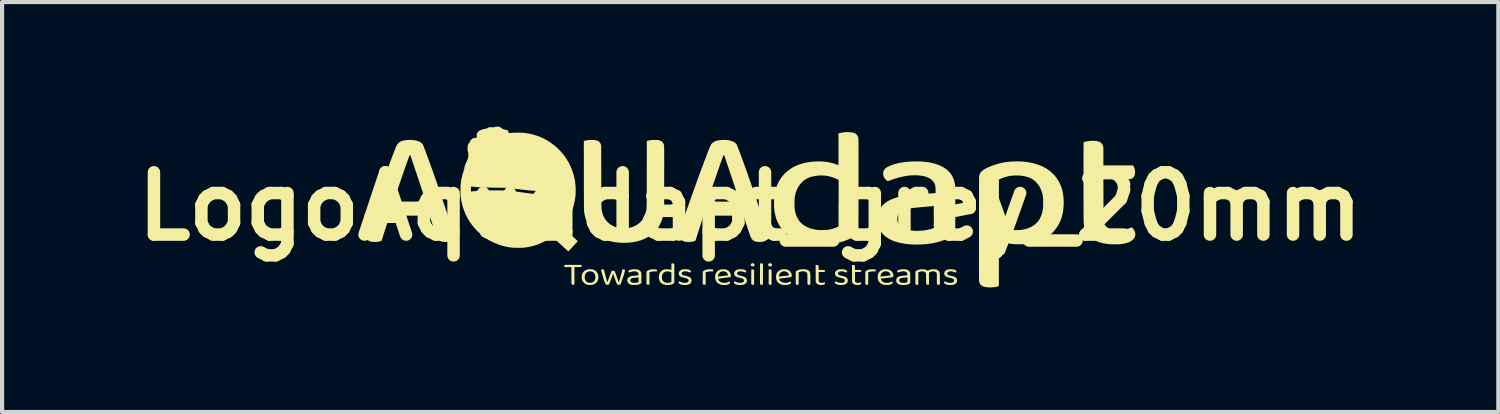
<source format=kicad_pcb>
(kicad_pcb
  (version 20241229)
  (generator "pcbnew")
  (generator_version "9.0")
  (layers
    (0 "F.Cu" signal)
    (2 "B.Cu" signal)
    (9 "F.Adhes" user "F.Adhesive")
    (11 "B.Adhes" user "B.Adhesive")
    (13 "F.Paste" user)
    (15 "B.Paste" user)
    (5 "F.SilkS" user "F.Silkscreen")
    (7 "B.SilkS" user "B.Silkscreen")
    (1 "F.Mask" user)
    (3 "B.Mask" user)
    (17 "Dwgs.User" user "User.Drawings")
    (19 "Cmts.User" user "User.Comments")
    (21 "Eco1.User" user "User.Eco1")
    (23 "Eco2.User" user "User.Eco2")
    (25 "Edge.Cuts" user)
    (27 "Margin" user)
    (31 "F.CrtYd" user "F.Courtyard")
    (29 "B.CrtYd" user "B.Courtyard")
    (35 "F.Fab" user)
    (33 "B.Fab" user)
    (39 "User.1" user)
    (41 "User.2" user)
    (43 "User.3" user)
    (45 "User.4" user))
  (footprint "LogoAquadapt_grey_20mm"
    (layer "F.Cu")
    (at 15.014 1.92)
    (property "Reference" "LogoAquadapt_grey_20mm" (at 0 0 0) (layer "F.SilkS") (effects (font (size 1.5 1.5) (thickness 0.3))))
    (attr board_only exclude_from_pos_files exclude_from_bom)
    (fp_poly (pts (xy 0.078 1.371) (xy 0.092 1.378) (xy 0.102 1.39) (xy 0.106 1.405) (xy 0.106 1.407) (xy 0.104 1.418) (xy 0.1 1.427) (xy 0.1 1.427) (xy 0.089 1.438) (xy 0.074 1.444) (xy 0.057 1.446) (xy 0.041 1.443) (xy 0.033 1.439) (xy 0.021 1.429) (xy 0.015 1.417) (xy 0.014 1.406) (xy 0.017 1.391) (xy 0.026 1.38) (xy 0.04 1.372) (xy 0.057 1.368) (xy 0.06 1.368)) (stroke (width 0) (type solid)) (fill yes) (layer "F.SilkS"))
    (fp_poly (pts (xy 0.498 1.371) (xy 0.512 1.378) (xy 0.521 1.39) (xy 0.525 1.405) (xy 0.525 1.407) (xy 0.524 1.418) (xy 0.52 1.427) (xy 0.52 1.427) (xy 0.509 1.438) (xy 0.494 1.444) (xy 0.477 1.446) (xy 0.46 1.443) (xy 0.452 1.439) (xy 0.441 1.429) (xy 0.435 1.417) (xy 0.434 1.406) (xy 0.437 1.391) (xy 0.446 1.38) (xy 0.459 1.372) (xy 0.477 1.368) (xy 0.48 1.368)) (stroke (width 0) (type solid)) (fill yes) (layer "F.SilkS"))
    (fp_poly (pts (xy 0.076 1.52) (xy 0.088 1.527) (xy 0.088 1.527) (xy 0.09 1.529) (xy 0.091 1.531) (xy 0.092 1.535) (xy 0.093 1.54) (xy 0.094 1.548) (xy 0.094 1.559) (xy 0.095 1.573) (xy 0.095 1.592) (xy 0.095 1.616) (xy 0.095 1.644) (xy 0.095 1.679) (xy 0.095 1.708) (xy 0.095 1.882) (xy 0.087 1.884) (xy 0.079 1.886) (xy 0.067 1.886) (xy 0.061 1.887) (xy 0.048 1.886) (xy 0.04 1.883) (xy 0.033 1.878) (xy 0.025 1.869) (xy 0.026 1.696) (xy 0.026 1.522) (xy 0.042 1.519) (xy 0.06 1.517)) (stroke (width 0) (type solid)) (fill yes) (layer "F.SilkS"))
    (fp_poly (pts (xy 0.496 1.52) (xy 0.508 1.527) (xy 0.508 1.527) (xy 0.51 1.529) (xy 0.511 1.531) (xy 0.512 1.535) (xy 0.513 1.54) (xy 0.513 1.548) (xy 0.514 1.559) (xy 0.514 1.573) (xy 0.515 1.592) (xy 0.515 1.616) (xy 0.515 1.644) (xy 0.515 1.679) (xy 0.515 1.708) (xy 0.515 1.882) (xy 0.507 1.884) (xy 0.499 1.886) (xy 0.487 1.886) (xy 0.48 1.887) (xy 0.468 1.886) (xy 0.46 1.883) (xy 0.453 1.878) (xy 0.444 1.869) (xy 0.445 1.696) (xy 0.446 1.522) (xy 0.462 1.519) (xy 0.48 1.517)) (stroke (width 0) (type solid)) (fill yes) (layer "F.SilkS"))
    (fp_poly (pts (xy 0.283 1.372) (xy 0.291 1.374) (xy 0.297 1.378) (xy 0.299 1.38) (xy 0.307 1.388) (xy 0.307 1.635) (xy 0.307 1.882) (xy 0.299 1.884) (xy 0.284 1.887) (xy 0.268 1.886) (xy 0.254 1.883) (xy 0.246 1.879) (xy 0.236 1.872) (xy 0.236 1.624) (xy 0.236 1.576) (xy 0.236 1.534) (xy 0.236 1.499) (xy 0.237 1.469) (xy 0.237 1.444) (xy 0.237 1.424) (xy 0.237 1.408) (xy 0.238 1.396) (xy 0.238 1.387) (xy 0.239 1.381) (xy 0.24 1.377) (xy 0.241 1.375) (xy 0.242 1.374) (xy 0.248 1.373) (xy 0.259 1.372) (xy 0.269 1.372)) (stroke (width 0) (type solid)) (fill yes) (layer "F.SilkS"))
    (fp_poly (pts (xy -2.301 1.515) (xy -2.285 1.515) (xy -2.274 1.516) (xy -2.266 1.517) (xy -2.261 1.518) (xy -2.256 1.521) (xy -2.254 1.522) (xy -2.247 1.53) (xy -2.244 1.541) (xy -2.243 1.543) (xy -2.243 1.555) (xy -2.246 1.563) (xy -2.253 1.566) (xy -2.265 1.567) (xy -2.277 1.566) (xy -2.306 1.564) (xy -2.337 1.566) (xy -2.369 1.571) (xy -2.397 1.578) (xy -2.426 1.587) (xy -2.426 1.735) (xy -2.426 1.882) (xy -2.434 1.884) (xy -2.449 1.887) (xy -2.465 1.886) (xy -2.479 1.883) (xy -2.487 1.879) (xy -2.497 1.872) (xy -2.497 1.722) (xy -2.497 1.573) (xy -2.486 1.561) (xy -2.472 1.549) (xy -2.451 1.538) (xy -2.425 1.527) (xy -2.41 1.523) (xy -2.398 1.52) (xy -2.387 1.517) (xy -2.375 1.516) (xy -2.36 1.515) (xy -2.34 1.515) (xy -2.323 1.515)) (stroke (width 0) (type solid)) (fill yes) (layer "F.SilkS"))
    (fp_poly (pts (xy -0.947 1.515) (xy -0.931 1.515) (xy -0.92 1.516) (xy -0.912 1.517) (xy -0.907 1.518) (xy -0.902 1.521) (xy -0.9 1.522) (xy -0.893 1.53) (xy -0.89 1.541) (xy -0.889 1.543) (xy -0.889 1.555) (xy -0.892 1.563) (xy -0.899 1.566) (xy -0.911 1.567) (xy -0.923 1.566) (xy -0.952 1.564) (xy -0.983 1.566) (xy -1.015 1.571) (xy -1.043 1.578) (xy -1.072 1.587) (xy -1.072 1.735) (xy -1.072 1.882) (xy -1.08 1.884) (xy -1.095 1.887) (xy -1.111 1.886) (xy -1.125 1.883) (xy -1.133 1.879) (xy -1.143 1.872) (xy -1.143 1.722) (xy -1.143 1.573) (xy -1.132 1.561) (xy -1.118 1.549) (xy -1.097 1.538) (xy -1.071 1.527) (xy -1.056 1.523) (xy -1.044 1.52) (xy -1.033 1.517) (xy -1.02 1.516) (xy -1.005 1.515) (xy -0.986 1.515) (xy -0.969 1.515)) (stroke (width 0) (type solid)) (fill yes) (layer "F.SilkS"))
    (fp_poly (pts (xy 2.967 1.515) (xy 2.983 1.515) (xy 2.994 1.516) (xy 3.002 1.517) (xy 3.008 1.518) (xy 3.012 1.521) (xy 3.014 1.522) (xy 3.022 1.53) (xy 3.025 1.541) (xy 3.025 1.543) (xy 3.025 1.555) (xy 3.022 1.563) (xy 3.015 1.566) (xy 3.003 1.567) (xy 2.991 1.566) (xy 2.963 1.564) (xy 2.931 1.566) (xy 2.899 1.571) (xy 2.871 1.578) (xy 2.842 1.587) (xy 2.842 1.735) (xy 2.842 1.882) (xy 2.834 1.884) (xy 2.819 1.887) (xy 2.803 1.886) (xy 2.789 1.883) (xy 2.781 1.879) (xy 2.772 1.872) (xy 2.772 1.722) (xy 2.772 1.573) (xy 2.782 1.561) (xy 2.796 1.549) (xy 2.817 1.538) (xy 2.844 1.527) (xy 2.858 1.523) (xy 2.87 1.52) (xy 2.881 1.517) (xy 2.894 1.516) (xy 2.909 1.515) (xy 2.928 1.515) (xy 2.945 1.515)) (stroke (width 0) (type solid)) (fill yes) (layer "F.SilkS"))
    (fp_poly (pts (xy -4.221 1.407) (xy -4.185 1.407) (xy -4.156 1.407) (xy -4.131 1.407) (xy -4.111 1.407) (xy -4.096 1.408) (xy -4.085 1.408) (xy -4.076 1.409) (xy -4.07 1.41) (xy -4.066 1.411) (xy -4.064 1.412) (xy -4.063 1.413) (xy -4.062 1.414) (xy -4.059 1.426) (xy -4.059 1.439) (xy -4.063 1.45) (xy -4.066 1.453) (xy -4.069 1.455) (xy -4.072 1.457) (xy -4.077 1.458) (xy -4.085 1.459) (xy -4.096 1.459) (xy -4.112 1.46) (xy -4.134 1.46) (xy -4.152 1.46) (xy -4.232 1.46) (xy -4.232 1.671) (xy -4.232 1.882) (xy -4.24 1.884) (xy -4.251 1.886) (xy -4.264 1.886) (xy -4.278 1.885) (xy -4.288 1.883) (xy -4.29 1.882) (xy -4.297 1.876) (xy -4.302 1.868) (xy -4.303 1.862) (xy -4.304 1.848) (xy -4.304 1.828) (xy -4.305 1.802) (xy -4.305 1.768) (xy -4.305 1.728) (xy -4.306 1.682) (xy -4.306 1.659) (xy -4.306 1.46) (xy -4.389 1.46) (xy -4.472 1.46) (xy -4.475 1.451) (xy -4.478 1.435) (xy -4.475 1.423) (xy -4.47 1.416) (xy -4.461 1.407) (xy -4.264 1.407)) (stroke (width 0) (type solid)) (fill yes) (layer "F.SilkS"))
    (fp_poly (pts (xy 1.31 1.514) (xy 1.335 1.517) (xy 1.356 1.521) (xy 1.366 1.524) (xy 1.393 1.537) (xy 1.415 1.552) (xy 1.429 1.567) (xy 1.434 1.574) (xy 1.438 1.581) (xy 1.441 1.589) (xy 1.444 1.598) (xy 1.446 1.609) (xy 1.447 1.623) (xy 1.448 1.64) (xy 1.449 1.662) (xy 1.449 1.689) (xy 1.449 1.721) (xy 1.449 1.749) (xy 1.449 1.882) (xy 1.441 1.884) (xy 1.433 1.886) (xy 1.422 1.886) (xy 1.415 1.887) (xy 1.402 1.886) (xy 1.394 1.883) (xy 1.387 1.878) (xy 1.379 1.869) (xy 1.379 1.75) (xy 1.379 1.713) (xy 1.378 1.682) (xy 1.378 1.658) (xy 1.377 1.639) (xy 1.376 1.626) (xy 1.375 1.618) (xy 1.374 1.617) (xy 1.366 1.599) (xy 1.351 1.585) (xy 1.332 1.574) (xy 1.309 1.567) (xy 1.283 1.563) (xy 1.254 1.564) (xy 1.224 1.569) (xy 1.193 1.578) (xy 1.192 1.578) (xy 1.167 1.588) (xy 1.167 1.735) (xy 1.167 1.882) (xy 1.159 1.884) (xy 1.144 1.887) (xy 1.128 1.886) (xy 1.114 1.883) (xy 1.106 1.879) (xy 1.097 1.872) (xy 1.097 1.722) (xy 1.097 1.572) (xy 1.11 1.559) (xy 1.124 1.548) (xy 1.144 1.538) (xy 1.168 1.528) (xy 1.194 1.52) (xy 1.206 1.518) (xy 1.229 1.515) (xy 1.255 1.513) (xy 1.283 1.513)) (stroke (width 0) (type solid)) (fill yes) (layer "F.SilkS"))
    (fp_poly (pts (xy 1.62 1.411) (xy 1.625 1.412) (xy 1.633 1.414) (xy 1.638 1.418) (xy 1.642 1.423) (xy 1.645 1.432) (xy 1.646 1.446) (xy 1.647 1.464) (xy 1.648 1.478) (xy 1.649 1.529) (xy 1.721 1.53) (xy 1.794 1.531) (xy 1.798 1.542) (xy 1.8 1.555) (xy 1.799 1.566) (xy 1.795 1.574) (xy 1.794 1.575) (xy 1.789 1.576) (xy 1.778 1.577) (xy 1.763 1.578) (xy 1.744 1.579) (xy 1.723 1.58) (xy 1.719 1.58) (xy 1.649 1.582) (xy 1.649 1.693) (xy 1.649 1.724) (xy 1.649 1.749) (xy 1.649 1.768) (xy 1.649 1.783) (xy 1.65 1.794) (xy 1.651 1.801) (xy 1.652 1.807) (xy 1.653 1.811) (xy 1.655 1.814) (xy 1.656 1.815) (xy 1.67 1.828) (xy 1.689 1.836) (xy 1.711 1.84) (xy 1.736 1.84) (xy 1.763 1.834) (xy 1.764 1.834) (xy 1.789 1.826) (xy 1.796 1.834) (xy 1.802 1.846) (xy 1.801 1.858) (xy 1.795 1.87) (xy 1.782 1.88) (xy 1.772 1.885) (xy 1.762 1.888) (xy 1.747 1.89) (xy 1.73 1.892) (xy 1.711 1.893) (xy 1.694 1.893) (xy 1.681 1.892) (xy 1.679 1.891) (xy 1.648 1.884) (xy 1.624 1.874) (xy 1.605 1.861) (xy 1.591 1.844) (xy 1.588 1.84) (xy 1.578 1.821) (xy 1.577 1.618) (xy 1.576 1.415) (xy 1.595 1.412) (xy 1.608 1.411)) (stroke (width 0) (type solid)) (fill yes) (layer "F.SilkS"))
    (fp_poly (pts (xy 2.495 1.411) (xy 2.499 1.412) (xy 2.507 1.414) (xy 2.513 1.418) (xy 2.517 1.423) (xy 2.519 1.432) (xy 2.521 1.446) (xy 2.522 1.464) (xy 2.522 1.478) (xy 2.523 1.529) (xy 2.596 1.53) (xy 2.669 1.531) (xy 2.673 1.542) (xy 2.675 1.555) (xy 2.674 1.566) (xy 2.67 1.574) (xy 2.668 1.575) (xy 2.664 1.576) (xy 2.653 1.577) (xy 2.638 1.578) (xy 2.619 1.579) (xy 2.597 1.58) (xy 2.594 1.58) (xy 2.523 1.582) (xy 2.523 1.693) (xy 2.523 1.724) (xy 2.523 1.749) (xy 2.523 1.768) (xy 2.524 1.783) (xy 2.524 1.794) (xy 2.525 1.801) (xy 2.526 1.807) (xy 2.528 1.811) (xy 2.53 1.814) (xy 2.53 1.815) (xy 2.544 1.828) (xy 2.563 1.836) (xy 2.585 1.84) (xy 2.61 1.84) (xy 2.637 1.834) (xy 2.638 1.834) (xy 2.664 1.826) (xy 2.67 1.834) (xy 2.676 1.846) (xy 2.676 1.858) (xy 2.669 1.87) (xy 2.656 1.88) (xy 2.646 1.885) (xy 2.637 1.888) (xy 2.622 1.89) (xy 2.604 1.892) (xy 2.586 1.893) (xy 2.569 1.893) (xy 2.556 1.892) (xy 2.553 1.891) (xy 2.523 1.884) (xy 2.498 1.874) (xy 2.479 1.861) (xy 2.466 1.844) (xy 2.463 1.84) (xy 2.453 1.821) (xy 2.452 1.618) (xy 2.451 1.415) (xy 2.47 1.412) (xy 2.483 1.411)) (stroke (width 0) (type solid)) (fill yes) (layer "F.SilkS"))
    (fp_poly (pts (xy -3.827 1.514) (xy -3.805 1.516) (xy -3.795 1.518) (xy -3.762 1.529) (xy -3.732 1.546) (xy -3.706 1.568) (xy -3.685 1.594) (xy -3.669 1.624) (xy -3.662 1.645) (xy -3.659 1.661) (xy -3.658 1.681) (xy -3.657 1.703) (xy -3.657 1.725) (xy -3.659 1.744) (xy -3.661 1.756) (xy -3.668 1.778) (xy -3.679 1.802) (xy -3.693 1.823) (xy -3.7 1.832) (xy -3.724 1.854) (xy -3.754 1.872) (xy -3.787 1.884) (xy -3.825 1.891) (xy -3.845 1.892) (xy -3.862 1.892) (xy -3.878 1.892) (xy -3.89 1.892) (xy -3.895 1.891) (xy -3.932 1.882) (xy -3.965 1.868) (xy -3.994 1.849) (xy -4.018 1.825) (xy -4.036 1.797) (xy -4.049 1.765) (xy -4.056 1.73) (xy -4.057 1.692) (xy -4.057 1.688) (xy -3.984 1.688) (xy -3.984 1.724) (xy -3.978 1.755) (xy -3.967 1.782) (xy -3.95 1.804) (xy -3.929 1.822) (xy -3.903 1.834) (xy -3.903 1.834) (xy -3.884 1.839) (xy -3.862 1.84) (xy -3.839 1.839) (xy -3.817 1.836) (xy -3.8 1.831) (xy -3.782 1.82) (xy -3.765 1.806) (xy -3.751 1.79) (xy -3.745 1.78) (xy -3.734 1.754) (xy -3.729 1.724) (xy -3.728 1.694) (xy -3.732 1.664) (xy -3.741 1.636) (xy -3.754 1.612) (xy -3.757 1.607) (xy -3.775 1.589) (xy -3.797 1.575) (xy -3.822 1.567) (xy -3.849 1.563) (xy -3.876 1.565) (xy -3.902 1.571) (xy -3.926 1.582) (xy -3.947 1.598) (xy -3.948 1.599) (xy -3.964 1.618) (xy -3.975 1.641) (xy -3.981 1.667) (xy -3.984 1.688) (xy -4.057 1.688) (xy -4.055 1.669) (xy -4.047 1.635) (xy -4.033 1.603) (xy -4.013 1.575) (xy -3.988 1.552) (xy -3.959 1.533) (xy -3.926 1.52) (xy -3.917 1.518) (xy -3.898 1.515) (xy -3.876 1.513) (xy -3.851 1.513)) (stroke (width 0) (type solid)) (fill yes) (layer "F.SilkS"))
    (fp_poly (pts (xy -1.532 1.514) (xy -1.506 1.517) (xy -1.483 1.522) (xy -1.463 1.529) (xy -1.457 1.532) (xy -1.44 1.543) (xy -1.431 1.554) (xy -1.428 1.567) (xy -1.432 1.58) (xy -1.437 1.587) (xy -1.443 1.59) (xy -1.451 1.59) (xy -1.464 1.587) (xy -1.478 1.582) (xy -1.513 1.57) (xy -1.547 1.564) (xy -1.578 1.564) (xy -1.606 1.569) (xy -1.621 1.575) (xy -1.637 1.586) (xy -1.647 1.598) (xy -1.65 1.613) (xy -1.647 1.629) (xy -1.643 1.635) (xy -1.639 1.642) (xy -1.632 1.647) (xy -1.624 1.652) (xy -1.612 1.657) (xy -1.595 1.662) (xy -1.573 1.667) (xy -1.561 1.67) (xy -1.529 1.677) (xy -1.503 1.685) (xy -1.482 1.692) (xy -1.465 1.7) (xy -1.45 1.709) (xy -1.442 1.716) (xy -1.426 1.734) (xy -1.417 1.755) (xy -1.413 1.779) (xy -1.412 1.786) (xy -1.415 1.812) (xy -1.425 1.835) (xy -1.44 1.854) (xy -1.461 1.87) (xy -1.488 1.881) (xy -1.516 1.889) (xy -1.535 1.891) (xy -1.559 1.893) (xy -1.584 1.893) (xy -1.607 1.892) (xy -1.619 1.891) (xy -1.648 1.886) (xy -1.675 1.878) (xy -1.697 1.868) (xy -1.714 1.856) (xy -1.715 1.856) (xy -1.722 1.844) (xy -1.725 1.832) (xy -1.722 1.819) (xy -1.715 1.809) (xy -1.71 1.806) (xy -1.705 1.804) (xy -1.698 1.806) (xy -1.687 1.81) (xy -1.68 1.814) (xy -1.657 1.825) (xy -1.637 1.832) (xy -1.617 1.837) (xy -1.595 1.839) (xy -1.585 1.84) (xy -1.555 1.84) (xy -1.529 1.836) (xy -1.509 1.828) (xy -1.495 1.818) (xy -1.486 1.804) (xy -1.483 1.787) (xy -1.485 1.775) (xy -1.488 1.765) (xy -1.493 1.756) (xy -1.502 1.748) (xy -1.514 1.741) (xy -1.53 1.735) (xy -1.552 1.728) (xy -1.579 1.721) (xy -1.587 1.719) (xy -1.624 1.71) (xy -1.654 1.7) (xy -1.677 1.689) (xy -1.694 1.677) (xy -1.702 1.67) (xy -1.714 1.648) (xy -1.72 1.625) (xy -1.72 1.603) (xy -1.713 1.581) (xy -1.701 1.56) (xy -1.684 1.543) (xy -1.664 1.53) (xy -1.646 1.523) (xy -1.627 1.517) (xy -1.604 1.514) (xy -1.576 1.513) (xy -1.564 1.513)) (stroke (width 0) (type solid)) (fill yes) (layer "F.SilkS"))
    (fp_poly (pts (xy -0.199 1.514) (xy -0.173 1.517) (xy -0.15 1.522) (xy -0.13 1.529) (xy -0.124 1.532) (xy -0.107 1.543) (xy -0.098 1.554) (xy -0.095 1.567) (xy -0.099 1.58) (xy -0.104 1.587) (xy -0.11 1.59) (xy -0.118 1.59) (xy -0.131 1.587) (xy -0.145 1.582) (xy -0.18 1.57) (xy -0.214 1.564) (xy -0.245 1.564) (xy -0.273 1.569) (xy -0.288 1.575) (xy -0.304 1.586) (xy -0.314 1.598) (xy -0.317 1.613) (xy -0.314 1.629) (xy -0.31 1.635) (xy -0.306 1.642) (xy -0.299 1.647) (xy -0.291 1.652) (xy -0.279 1.657) (xy -0.262 1.662) (xy -0.24 1.667) (xy -0.228 1.67) (xy -0.196 1.677) (xy -0.17 1.685) (xy -0.149 1.692) (xy -0.132 1.7) (xy -0.117 1.709) (xy -0.11 1.716) (xy -0.093 1.734) (xy -0.084 1.755) (xy -0.08 1.779) (xy -0.079 1.786) (xy -0.083 1.812) (xy -0.092 1.835) (xy -0.107 1.854) (xy -0.128 1.87) (xy -0.155 1.881) (xy -0.183 1.889) (xy -0.202 1.891) (xy -0.226 1.893) (xy -0.251 1.893) (xy -0.274 1.892) (xy -0.286 1.891) (xy -0.315 1.886) (xy -0.342 1.878) (xy -0.364 1.868) (xy -0.381 1.856) (xy -0.382 1.856) (xy -0.389 1.844) (xy -0.392 1.832) (xy -0.389 1.819) (xy -0.382 1.809) (xy -0.377 1.806) (xy -0.372 1.804) (xy -0.365 1.806) (xy -0.354 1.81) (xy -0.347 1.814) (xy -0.324 1.825) (xy -0.304 1.832) (xy -0.284 1.837) (xy -0.262 1.839) (xy -0.252 1.84) (xy -0.222 1.84) (xy -0.197 1.836) (xy -0.176 1.828) (xy -0.162 1.818) (xy -0.153 1.804) (xy -0.15 1.787) (xy -0.152 1.775) (xy -0.155 1.765) (xy -0.161 1.756) (xy -0.169 1.748) (xy -0.181 1.741) (xy -0.197 1.735) (xy -0.219 1.728) (xy -0.246 1.721) (xy -0.254 1.719) (xy -0.291 1.71) (xy -0.321 1.7) (xy -0.345 1.689) (xy -0.361 1.677) (xy -0.369 1.67) (xy -0.381 1.648) (xy -0.387 1.625) (xy -0.387 1.603) (xy -0.381 1.581) (xy -0.368 1.56) (xy -0.351 1.543) (xy -0.331 1.53) (xy -0.314 1.523) (xy -0.294 1.517) (xy -0.271 1.514) (xy -0.243 1.513) (xy -0.231 1.513)) (stroke (width 0) (type solid)) (fill yes) (layer "F.SilkS"))
    (fp_poly (pts (xy 2.23 1.514) (xy 2.257 1.517) (xy 2.28 1.522) (xy 2.3 1.529) (xy 2.306 1.532) (xy 2.322 1.543) (xy 2.332 1.554) (xy 2.335 1.567) (xy 2.331 1.58) (xy 2.326 1.587) (xy 2.32 1.59) (xy 2.311 1.59) (xy 2.299 1.587) (xy 2.285 1.582) (xy 2.25 1.57) (xy 2.216 1.564) (xy 2.185 1.564) (xy 2.156 1.569) (xy 2.141 1.575) (xy 2.125 1.586) (xy 2.115 1.598) (xy 2.112 1.613) (xy 2.116 1.629) (xy 2.119 1.635) (xy 2.124 1.642) (xy 2.13 1.647) (xy 2.139 1.652) (xy 2.151 1.657) (xy 2.167 1.662) (xy 2.189 1.667) (xy 2.202 1.67) (xy 2.234 1.677) (xy 2.26 1.685) (xy 2.281 1.692) (xy 2.298 1.7) (xy 2.312 1.709) (xy 2.32 1.716) (xy 2.336 1.734) (xy 2.346 1.755) (xy 2.35 1.779) (xy 2.35 1.786) (xy 2.347 1.812) (xy 2.338 1.835) (xy 2.323 1.854) (xy 2.302 1.87) (xy 2.275 1.881) (xy 2.247 1.889) (xy 2.227 1.891) (xy 2.203 1.893) (xy 2.178 1.893) (xy 2.155 1.892) (xy 2.144 1.891) (xy 2.115 1.886) (xy 2.088 1.878) (xy 2.065 1.868) (xy 2.048 1.856) (xy 2.048 1.856) (xy 2.04 1.844) (xy 2.038 1.832) (xy 2.04 1.819) (xy 2.048 1.809) (xy 2.052 1.806) (xy 2.057 1.804) (xy 2.065 1.806) (xy 2.076 1.81) (xy 2.083 1.814) (xy 2.106 1.825) (xy 2.126 1.832) (xy 2.146 1.837) (xy 2.167 1.839) (xy 2.178 1.84) (xy 2.208 1.84) (xy 2.233 1.836) (xy 2.253 1.828) (xy 2.268 1.818) (xy 2.277 1.804) (xy 2.279 1.787) (xy 2.278 1.775) (xy 2.275 1.765) (xy 2.269 1.756) (xy 2.261 1.748) (xy 2.249 1.741) (xy 2.233 1.735) (xy 2.211 1.728) (xy 2.183 1.721) (xy 2.176 1.719) (xy 2.139 1.71) (xy 2.109 1.7) (xy 2.085 1.689) (xy 2.068 1.677) (xy 2.061 1.67) (xy 2.048 1.648) (xy 2.042 1.625) (xy 2.043 1.603) (xy 2.049 1.581) (xy 2.061 1.56) (xy 2.079 1.543) (xy 2.098 1.53) (xy 2.116 1.523) (xy 2.136 1.517) (xy 2.159 1.514) (xy 2.187 1.513) (xy 2.199 1.513)) (stroke (width 0) (type solid)) (fill yes) (layer "F.SilkS"))
    (fp_poly (pts (xy 4.861 1.514) (xy 4.888 1.517) (xy 4.91 1.522) (xy 4.93 1.529) (xy 4.937 1.532) (xy 4.953 1.543) (xy 4.962 1.554) (xy 4.965 1.567) (xy 4.961 1.58) (xy 4.957 1.587) (xy 4.951 1.59) (xy 4.942 1.59) (xy 4.929 1.587) (xy 4.916 1.582) (xy 4.88 1.57) (xy 4.847 1.564) (xy 4.815 1.564) (xy 4.787 1.569) (xy 4.772 1.575) (xy 4.756 1.586) (xy 4.746 1.598) (xy 4.743 1.613) (xy 4.746 1.629) (xy 4.75 1.635) (xy 4.755 1.642) (xy 4.761 1.647) (xy 4.77 1.652) (xy 4.782 1.657) (xy 4.798 1.662) (xy 4.82 1.667) (xy 4.832 1.67) (xy 4.864 1.677) (xy 4.89 1.685) (xy 4.912 1.692) (xy 4.929 1.7) (xy 4.943 1.709) (xy 4.951 1.716) (xy 4.967 1.734) (xy 4.977 1.755) (xy 4.981 1.779) (xy 4.981 1.786) (xy 4.978 1.812) (xy 4.968 1.835) (xy 4.953 1.854) (xy 4.932 1.87) (xy 4.906 1.881) (xy 4.877 1.889) (xy 4.858 1.891) (xy 4.834 1.893) (xy 4.809 1.893) (xy 4.786 1.892) (xy 4.775 1.891) (xy 4.745 1.886) (xy 4.719 1.878) (xy 4.696 1.868) (xy 4.679 1.856) (xy 4.679 1.856) (xy 4.671 1.844) (xy 4.669 1.832) (xy 4.671 1.819) (xy 4.678 1.809) (xy 4.683 1.806) (xy 4.688 1.804) (xy 4.695 1.806) (xy 4.706 1.81) (xy 4.714 1.814) (xy 4.737 1.825) (xy 4.757 1.832) (xy 4.776 1.837) (xy 4.798 1.839) (xy 4.808 1.84) (xy 4.838 1.84) (xy 4.864 1.836) (xy 4.884 1.828) (xy 4.898 1.818) (xy 4.907 1.804) (xy 4.91 1.787) (xy 4.909 1.775) (xy 4.905 1.765) (xy 4.9 1.756) (xy 4.891 1.748) (xy 4.88 1.741) (xy 4.863 1.735) (xy 4.842 1.728) (xy 4.814 1.721) (xy 4.806 1.719) (xy 4.769 1.71) (xy 4.739 1.7) (xy 4.716 1.689) (xy 4.699 1.677) (xy 4.691 1.67) (xy 4.679 1.648) (xy 4.673 1.625) (xy 4.673 1.603) (xy 4.68 1.581) (xy 4.692 1.56) (xy 4.709 1.543) (xy 4.729 1.53) (xy 4.747 1.523) (xy 4.767 1.517) (xy 4.79 1.514) (xy 4.818 1.513) (xy 4.829 1.513)) (stroke (width 0) (type solid)) (fill yes) (layer "F.SilkS"))
    (fp_poly (pts (xy -1.864 1.372) (xy -1.851 1.372) (xy -1.843 1.374) (xy -1.837 1.378) (xy -1.834 1.38) (xy -1.827 1.388) (xy -1.827 1.611) (xy -1.827 1.657) (xy -1.827 1.697) (xy -1.827 1.73) (xy -1.827 1.758) (xy -1.827 1.781) (xy -1.828 1.8) (xy -1.828 1.814) (xy -1.829 1.825) (xy -1.829 1.833) (xy -1.83 1.839) (xy -1.831 1.843) (xy -1.832 1.844) (xy -1.839 1.852) (xy -1.851 1.86) (xy -1.866 1.869) (xy -1.885 1.877) (xy -1.904 1.883) (xy -1.909 1.885) (xy -1.925 1.888) (xy -1.945 1.89) (xy -1.968 1.892) (xy -1.991 1.892) (xy -2.013 1.892) (xy -2.032 1.891) (xy -2.036 1.89) (xy -2.075 1.881) (xy -2.109 1.868) (xy -2.138 1.85) (xy -2.161 1.827) (xy -2.179 1.8) (xy -2.191 1.768) (xy -2.196 1.748) (xy -2.199 1.72) (xy -2.199 1.711) (xy -2.125 1.711) (xy -2.123 1.734) (xy -2.12 1.755) (xy -2.116 1.767) (xy -2.103 1.791) (xy -2.085 1.81) (xy -2.061 1.825) (xy -2.034 1.835) (xy -2.018 1.838) (xy -1.997 1.84) (xy -1.975 1.839) (xy -1.953 1.838) (xy -1.934 1.835) (xy -1.924 1.832) (xy -1.913 1.828) (xy -1.904 1.824) (xy -1.902 1.822) (xy -1.9 1.82) (xy -1.899 1.813) (xy -1.898 1.803) (xy -1.898 1.788) (xy -1.897 1.767) (xy -1.897 1.741) (xy -1.897 1.708) (xy -1.897 1.705) (xy -1.897 1.591) (xy -1.905 1.586) (xy -1.93 1.574) (xy -1.96 1.566) (xy -1.989 1.564) (xy -2.022 1.567) (xy -2.051 1.574) (xy -2.075 1.587) (xy -2.095 1.605) (xy -2.11 1.628) (xy -2.118 1.648) (xy -2.122 1.665) (xy -2.125 1.687) (xy -2.125 1.711) (xy -2.199 1.711) (xy -2.199 1.69) (xy -2.196 1.661) (xy -2.192 1.641) (xy -2.18 1.609) (xy -2.162 1.581) (xy -2.139 1.557) (xy -2.112 1.537) (xy -2.08 1.523) (xy -2.063 1.518) (xy -2.028 1.513) (xy -1.991 1.513) (xy -1.952 1.517) (xy -1.913 1.526) (xy -1.905 1.529) (xy -1.897 1.531) (xy -1.897 1.454) (xy -1.897 1.428) (xy -1.897 1.408) (xy -1.897 1.393) (xy -1.895 1.383) (xy -1.893 1.377) (xy -1.888 1.373) (xy -1.883 1.372) (xy -1.874 1.372)) (stroke (width 0) (type solid)) (fill yes) (layer "F.SilkS"))
    (fp_poly (pts (xy 4.423 1.514) (xy 4.445 1.515) (xy 4.461 1.516) (xy 4.474 1.518) (xy 4.485 1.521) (xy 4.49 1.523) (xy 4.512 1.534) (xy 4.532 1.548) (xy 4.546 1.563) (xy 4.548 1.566) (xy 4.553 1.573) (xy 4.556 1.58) (xy 4.559 1.587) (xy 4.562 1.596) (xy 4.563 1.608) (xy 4.565 1.622) (xy 4.566 1.64) (xy 4.566 1.663) (xy 4.566 1.69) (xy 4.567 1.723) (xy 4.567 1.748) (xy 4.567 1.882) (xy 4.559 1.884) (xy 4.544 1.887) (xy 4.528 1.886) (xy 4.514 1.884) (xy 4.505 1.879) (xy 4.496 1.872) (xy 4.495 1.743) (xy 4.495 1.709) (xy 4.495 1.681) (xy 4.494 1.659) (xy 4.494 1.641) (xy 4.493 1.628) (xy 4.492 1.619) (xy 4.491 1.612) (xy 4.49 1.607) (xy 4.489 1.603) (xy 4.488 1.602) (xy 4.476 1.587) (xy 4.457 1.575) (xy 4.434 1.567) (xy 4.405 1.563) (xy 4.375 1.566) (xy 4.344 1.576) (xy 4.331 1.582) (xy 4.305 1.596) (xy 4.305 1.739) (xy 4.306 1.883) (xy 4.293 1.885) (xy 4.279 1.886) (xy 4.264 1.885) (xy 4.251 1.883) (xy 4.243 1.878) (xy 4.243 1.878) (xy 4.241 1.876) (xy 4.24 1.872) (xy 4.239 1.866) (xy 4.238 1.858) (xy 4.237 1.846) (xy 4.237 1.829) (xy 4.236 1.808) (xy 4.236 1.781) (xy 4.235 1.748) (xy 4.235 1.741) (xy 4.235 1.707) (xy 4.234 1.68) (xy 4.234 1.658) (xy 4.233 1.64) (xy 4.233 1.627) (xy 4.232 1.618) (xy 4.231 1.611) (xy 4.23 1.606) (xy 4.228 1.602) (xy 4.226 1.598) (xy 4.225 1.597) (xy 4.212 1.583) (xy 4.195 1.572) (xy 4.173 1.566) (xy 4.148 1.564) (xy 4.121 1.565) (xy 4.092 1.571) (xy 4.07 1.579) (xy 4.048 1.588) (xy 4.048 1.735) (xy 4.048 1.882) (xy 4.04 1.884) (xy 4.025 1.887) (xy 4.009 1.886) (xy 3.995 1.883) (xy 3.987 1.879) (xy 3.978 1.872) (xy 3.978 1.723) (xy 3.978 1.573) (xy 3.986 1.563) (xy 3.997 1.553) (xy 4.014 1.543) (xy 4.035 1.533) (xy 4.058 1.524) (xy 4.062 1.523) (xy 4.074 1.52) (xy 4.084 1.517) (xy 4.096 1.516) (xy 4.111 1.515) (xy 4.13 1.515) (xy 4.143 1.515) (xy 4.171 1.515) (xy 4.194 1.516) (xy 4.212 1.519) (xy 4.227 1.524) (xy 4.242 1.53) (xy 4.256 1.539) (xy 4.274 1.551) (xy 4.299 1.537) (xy 4.322 1.527) (xy 4.344 1.519) (xy 4.368 1.515) (xy 4.395 1.513)) (stroke (width 0) (type solid)) (fill yes) (layer "F.SilkS"))
    (fp_poly (pts (xy -2.767 1.514) (xy -2.744 1.515) (xy -2.723 1.517) (xy -2.708 1.521) (xy -2.706 1.521) (xy -2.679 1.533) (xy -2.657 1.548) (xy -2.639 1.567) (xy -2.627 1.588) (xy -2.624 1.597) (xy -2.623 1.604) (xy -2.622 1.617) (xy -2.621 1.636) (xy -2.621 1.66) (xy -2.62 1.688) (xy -2.62 1.719) (xy -2.62 1.727) (xy -2.62 1.845) (xy -2.629 1.853) (xy -2.641 1.862) (xy -2.658 1.871) (xy -2.68 1.879) (xy -2.698 1.885) (xy -2.712 1.887) (xy -2.731 1.889) (xy -2.754 1.891) (xy -2.778 1.892) (xy -2.801 1.892) (xy -2.822 1.892) (xy -2.839 1.891) (xy -2.845 1.89) (xy -2.878 1.882) (xy -2.905 1.87) (xy -2.927 1.855) (xy -2.941 1.84) (xy -2.951 1.823) (xy -2.957 1.804) (xy -2.958 1.781) (xy -2.958 1.772) (xy -2.887 1.772) (xy -2.887 1.789) (xy -2.882 1.804) (xy -2.873 1.817) (xy -2.859 1.828) (xy -2.84 1.835) (xy -2.816 1.839) (xy -2.786 1.84) (xy -2.785 1.84) (xy -2.759 1.84) (xy -2.737 1.838) (xy -2.725 1.835) (xy -2.711 1.832) (xy -2.701 1.828) (xy -2.694 1.824) (xy -2.69 1.818) (xy -2.688 1.809) (xy -2.687 1.795) (xy -2.687 1.776) (xy -2.687 1.765) (xy -2.687 1.744) (xy -2.687 1.729) (xy -2.688 1.72) (xy -2.689 1.714) (xy -2.691 1.711) (xy -2.693 1.71) (xy -2.693 1.71) (xy -2.702 1.711) (xy -2.716 1.712) (xy -2.733 1.713) (xy -2.753 1.715) (xy -2.774 1.718) (xy -2.793 1.72) (xy -2.811 1.722) (xy -2.824 1.723) (xy -2.83 1.724) (xy -2.852 1.732) (xy -2.87 1.742) (xy -2.881 1.756) (xy -2.887 1.772) (xy -2.958 1.772) (xy -2.958 1.771) (xy -2.954 1.747) (xy -2.945 1.727) (xy -2.93 1.711) (xy -2.916 1.7) (xy -2.906 1.694) (xy -2.896 1.689) (xy -2.885 1.685) (xy -2.873 1.681) (xy -2.859 1.678) (xy -2.842 1.675) (xy -2.821 1.672) (xy -2.796 1.67) (xy -2.765 1.666) (xy -2.733 1.663) (xy -2.689 1.659) (xy -2.69 1.637) (xy -2.691 1.623) (xy -2.693 1.611) (xy -2.696 1.605) (xy -2.708 1.588) (xy -2.726 1.575) (xy -2.749 1.567) (xy -2.775 1.563) (xy -2.806 1.564) (xy -2.84 1.569) (xy -2.876 1.579) (xy -2.882 1.581) (xy -2.917 1.593) (xy -2.925 1.584) (xy -2.933 1.572) (xy -2.934 1.56) (xy -2.928 1.549) (xy -2.916 1.539) (xy -2.898 1.53) (xy -2.874 1.522) (xy -2.856 1.518) (xy -2.838 1.515) (xy -2.816 1.514) (xy -2.792 1.513)) (stroke (width 0) (type solid)) (fill yes) (layer "F.SilkS"))
    (fp_poly (pts (xy 3.707 1.514) (xy 3.731 1.515) (xy 3.751 1.517) (xy 3.766 1.521) (xy 3.768 1.521) (xy 3.795 1.533) (xy 3.818 1.548) (xy 3.836 1.567) (xy 3.848 1.588) (xy 3.851 1.597) (xy 3.852 1.604) (xy 3.852 1.617) (xy 3.853 1.636) (xy 3.854 1.66) (xy 3.854 1.688) (xy 3.854 1.719) (xy 3.854 1.727) (xy 3.854 1.845) (xy 3.845 1.853) (xy 3.833 1.862) (xy 3.816 1.871) (xy 3.794 1.879) (xy 3.777 1.885) (xy 3.763 1.887) (xy 3.743 1.889) (xy 3.721 1.891) (xy 3.697 1.892) (xy 3.673 1.892) (xy 3.652 1.892) (xy 3.635 1.891) (xy 3.629 1.89) (xy 3.597 1.882) (xy 3.569 1.87) (xy 3.547 1.855) (xy 3.533 1.84) (xy 3.523 1.823) (xy 3.518 1.804) (xy 3.516 1.781) (xy 3.517 1.772) (xy 3.587 1.772) (xy 3.587 1.789) (xy 3.592 1.804) (xy 3.601 1.817) (xy 3.615 1.828) (xy 3.634 1.835) (xy 3.658 1.839) (xy 3.689 1.84) (xy 3.69 1.84) (xy 3.715 1.84) (xy 3.737 1.838) (xy 3.75 1.835) (xy 3.763 1.832) (xy 3.773 1.828) (xy 3.78 1.824) (xy 3.784 1.818) (xy 3.786 1.809) (xy 3.787 1.795) (xy 3.787 1.776) (xy 3.787 1.765) (xy 3.787 1.744) (xy 3.787 1.729) (xy 3.786 1.72) (xy 3.785 1.714) (xy 3.784 1.711) (xy 3.782 1.71) (xy 3.781 1.71) (xy 3.773 1.711) (xy 3.759 1.712) (xy 3.741 1.713) (xy 3.721 1.715) (xy 3.7 1.718) (xy 3.681 1.72) (xy 3.664 1.722) (xy 3.651 1.723) (xy 3.644 1.724) (xy 3.622 1.732) (xy 3.605 1.742) (xy 3.593 1.756) (xy 3.587 1.772) (xy 3.517 1.772) (xy 3.517 1.771) (xy 3.521 1.747) (xy 3.53 1.727) (xy 3.544 1.711) (xy 3.558 1.7) (xy 3.569 1.694) (xy 3.579 1.689) (xy 3.589 1.685) (xy 3.601 1.681) (xy 3.615 1.678) (xy 3.632 1.675) (xy 3.653 1.672) (xy 3.679 1.67) (xy 3.71 1.666) (xy 3.741 1.663) (xy 3.785 1.659) (xy 3.785 1.637) (xy 3.783 1.623) (xy 3.781 1.611) (xy 3.779 1.605) (xy 3.766 1.588) (xy 3.748 1.575) (xy 3.726 1.567) (xy 3.699 1.563) (xy 3.668 1.564) (xy 3.635 1.569) (xy 3.598 1.579) (xy 3.592 1.581) (xy 3.558 1.593) (xy 3.549 1.584) (xy 3.541 1.572) (xy 3.54 1.56) (xy 3.546 1.549) (xy 3.558 1.539) (xy 3.576 1.53) (xy 3.6 1.522) (xy 3.618 1.518) (xy 3.636 1.515) (xy 3.658 1.514) (xy 3.682 1.513)) (stroke (width 0) (type solid)) (fill yes) (layer "F.SilkS"))
    (fp_poly (pts (xy -0.62 1.514) (xy -0.6 1.516) (xy -0.591 1.518) (xy -0.559 1.53) (xy -0.53 1.546) (xy -0.506 1.568) (xy -0.487 1.593) (xy -0.474 1.621) (xy -0.471 1.631) (xy -0.466 1.655) (xy -0.466 1.675) (xy -0.47 1.689) (xy -0.474 1.694) (xy -0.476 1.697) (xy -0.478 1.699) (xy -0.481 1.7) (xy -0.485 1.702) (xy -0.491 1.703) (xy -0.499 1.705) (xy -0.511 1.707) (xy -0.526 1.709) (xy -0.545 1.712) (xy -0.57 1.715) (xy -0.6 1.718) (xy -0.636 1.723) (xy -0.666 1.726) (xy -0.693 1.73) (xy -0.717 1.733) (xy -0.738 1.736) (xy -0.753 1.738) (xy -0.764 1.739) (xy -0.768 1.74) (xy -0.768 1.74) (xy -0.769 1.745) (xy -0.766 1.754) (xy -0.762 1.766) (xy -0.755 1.778) (xy -0.75 1.786) (xy -0.734 1.805) (xy -0.713 1.82) (xy -0.69 1.831) (xy -0.686 1.832) (xy -0.675 1.835) (xy -0.659 1.837) (xy -0.641 1.839) (xy -0.631 1.84) (xy -0.601 1.84) (xy -0.574 1.836) (xy -0.549 1.829) (xy -0.528 1.819) (xy -0.514 1.813) (xy -0.505 1.81) (xy -0.499 1.81) (xy -0.494 1.814) (xy -0.49 1.818) (xy -0.484 1.831) (xy -0.485 1.843) (xy -0.492 1.855) (xy -0.505 1.866) (xy -0.524 1.876) (xy -0.55 1.885) (xy -0.552 1.885) (xy -0.567 1.888) (xy -0.587 1.891) (xy -0.61 1.892) (xy -0.634 1.892) (xy -0.657 1.891) (xy -0.676 1.89) (xy -0.683 1.889) (xy -0.705 1.884) (xy -0.723 1.879) (xy -0.738 1.873) (xy -0.754 1.865) (xy -0.755 1.865) (xy -0.784 1.845) (xy -0.806 1.823) (xy -0.824 1.796) (xy -0.836 1.765) (xy -0.841 1.744) (xy -0.844 1.719) (xy -0.844 1.693) (xy -0.844 1.683) (xy -0.775 1.683) (xy -0.775 1.688) (xy -0.772 1.689) (xy -0.771 1.689) (xy -0.766 1.689) (xy -0.756 1.687) (xy -0.739 1.686) (xy -0.719 1.683) (xy -0.695 1.68) (xy -0.668 1.677) (xy -0.651 1.675) (xy -0.623 1.672) (xy -0.598 1.669) (xy -0.576 1.666) (xy -0.558 1.664) (xy -0.544 1.662) (xy -0.536 1.661) (xy -0.535 1.661) (xy -0.534 1.658) (xy -0.535 1.65) (xy -0.538 1.64) (xy -0.542 1.628) (xy -0.544 1.622) (xy -0.558 1.601) (xy -0.576 1.584) (xy -0.599 1.572) (xy -0.624 1.564) (xy -0.652 1.563) (xy -0.681 1.566) (xy -0.693 1.57) (xy -0.707 1.574) (xy -0.717 1.58) (xy -0.728 1.588) (xy -0.739 1.599) (xy -0.754 1.616) (xy -0.764 1.633) (xy -0.771 1.652) (xy -0.774 1.672) (xy -0.775 1.683) (xy -0.844 1.683) (xy -0.843 1.668) (xy -0.84 1.647) (xy -0.84 1.647) (xy -0.828 1.614) (xy -0.811 1.585) (xy -0.788 1.56) (xy -0.761 1.54) (xy -0.73 1.525) (xy -0.708 1.518) (xy -0.69 1.515) (xy -0.667 1.513) (xy -0.643 1.513)) (stroke (width 0) (type solid)) (fill yes) (layer "F.SilkS"))
    (fp_poly (pts (xy 0.847 1.514) (xy 0.867 1.516) (xy 0.876 1.518) (xy 0.908 1.53) (xy 0.937 1.546) (xy 0.961 1.568) (xy 0.98 1.593) (xy 0.993 1.621) (xy 0.996 1.631) (xy 1.001 1.655) (xy 1.001 1.675) (xy 0.997 1.689) (xy 0.993 1.694) (xy 0.991 1.697) (xy 0.989 1.699) (xy 0.986 1.7) (xy 0.982 1.702) (xy 0.976 1.703) (xy 0.968 1.705) (xy 0.956 1.707) (xy 0.941 1.709) (xy 0.922 1.712) (xy 0.897 1.715) (xy 0.867 1.718) (xy 0.831 1.723) (xy 0.801 1.726) (xy 0.774 1.73) (xy 0.75 1.733) (xy 0.729 1.736) (xy 0.714 1.738) (xy 0.703 1.739) (xy 0.699 1.74) (xy 0.699 1.74) (xy 0.698 1.745) (xy 0.701 1.754) (xy 0.705 1.766) (xy 0.712 1.778) (xy 0.717 1.786) (xy 0.733 1.805) (xy 0.754 1.82) (xy 0.777 1.831) (xy 0.781 1.832) (xy 0.792 1.835) (xy 0.808 1.837) (xy 0.826 1.839) (xy 0.836 1.84) (xy 0.866 1.84) (xy 0.893 1.836) (xy 0.918 1.829) (xy 0.939 1.819) (xy 0.953 1.813) (xy 0.962 1.81) (xy 0.968 1.81) (xy 0.973 1.814) (xy 0.977 1.818) (xy 0.983 1.831) (xy 0.982 1.843) (xy 0.975 1.855) (xy 0.962 1.866) (xy 0.943 1.876) (xy 0.917 1.885) (xy 0.915 1.885) (xy 0.9 1.888) (xy 0.88 1.891) (xy 0.857 1.892) (xy 0.833 1.892) (xy 0.81 1.891) (xy 0.791 1.89) (xy 0.784 1.889) (xy 0.762 1.884) (xy 0.744 1.879) (xy 0.729 1.873) (xy 0.713 1.865) (xy 0.712 1.865) (xy 0.683 1.845) (xy 0.66 1.823) (xy 0.643 1.796) (xy 0.631 1.765) (xy 0.626 1.744) (xy 0.623 1.719) (xy 0.623 1.693) (xy 0.623 1.683) (xy 0.691 1.683) (xy 0.692 1.688) (xy 0.695 1.689) (xy 0.696 1.689) (xy 0.701 1.689) (xy 0.711 1.687) (xy 0.727 1.686) (xy 0.748 1.683) (xy 0.772 1.68) (xy 0.799 1.677) (xy 0.816 1.675) (xy 0.844 1.672) (xy 0.869 1.669) (xy 0.891 1.666) (xy 0.909 1.664) (xy 0.923 1.662) (xy 0.931 1.661) (xy 0.932 1.661) (xy 0.933 1.658) (xy 0.932 1.65) (xy 0.929 1.64) (xy 0.925 1.628) (xy 0.923 1.622) (xy 0.909 1.601) (xy 0.891 1.584) (xy 0.868 1.572) (xy 0.843 1.564) (xy 0.815 1.563) (xy 0.786 1.566) (xy 0.774 1.57) (xy 0.76 1.574) (xy 0.75 1.58) (xy 0.739 1.588) (xy 0.728 1.599) (xy 0.713 1.616) (xy 0.703 1.633) (xy 0.696 1.652) (xy 0.692 1.672) (xy 0.691 1.683) (xy 0.623 1.683) (xy 0.624 1.668) (xy 0.627 1.647) (xy 0.627 1.647) (xy 0.639 1.614) (xy 0.656 1.585) (xy 0.679 1.56) (xy 0.706 1.54) (xy 0.737 1.525) (xy 0.758 1.518) (xy 0.777 1.515) (xy 0.8 1.513) (xy 0.824 1.513)) (stroke (width 0) (type solid)) (fill yes) (layer "F.SilkS"))
    (fp_poly (pts (xy 3.294 1.514) (xy 3.314 1.516) (xy 3.323 1.518) (xy 3.356 1.53) (xy 3.384 1.546) (xy 3.408 1.568) (xy 3.427 1.593) (xy 3.44 1.621) (xy 3.443 1.631) (xy 3.448 1.655) (xy 3.448 1.675) (xy 3.444 1.689) (xy 3.44 1.694) (xy 3.438 1.697) (xy 3.436 1.699) (xy 3.433 1.7) (xy 3.429 1.702) (xy 3.423 1.703) (xy 3.415 1.705) (xy 3.404 1.707) (xy 3.388 1.709) (xy 3.369 1.712) (xy 3.344 1.715) (xy 3.314 1.718) (xy 3.278 1.723) (xy 3.248 1.726) (xy 3.221 1.73) (xy 3.197 1.733) (xy 3.177 1.736) (xy 3.161 1.738) (xy 3.15 1.739) (xy 3.146 1.74) (xy 3.146 1.74) (xy 3.146 1.745) (xy 3.148 1.754) (xy 3.153 1.766) (xy 3.159 1.778) (xy 3.164 1.786) (xy 3.18 1.805) (xy 3.201 1.82) (xy 3.224 1.831) (xy 3.228 1.832) (xy 3.239 1.835) (xy 3.255 1.837) (xy 3.273 1.839) (xy 3.283 1.84) (xy 3.313 1.84) (xy 3.34 1.836) (xy 3.365 1.829) (xy 3.386 1.819) (xy 3.4 1.813) (xy 3.409 1.81) (xy 3.415 1.81) (xy 3.42 1.814) (xy 3.424 1.818) (xy 3.43 1.831) (xy 3.43 1.843) (xy 3.423 1.855) (xy 3.409 1.866) (xy 3.39 1.876) (xy 3.365 1.885) (xy 3.362 1.885) (xy 3.347 1.888) (xy 3.327 1.891) (xy 3.304 1.892) (xy 3.28 1.892) (xy 3.258 1.891) (xy 3.238 1.89) (xy 3.231 1.889) (xy 3.209 1.884) (xy 3.192 1.879) (xy 3.176 1.873) (xy 3.161 1.865) (xy 3.16 1.865) (xy 3.131 1.845) (xy 3.108 1.823) (xy 3.09 1.796) (xy 3.078 1.765) (xy 3.073 1.744) (xy 3.07 1.719) (xy 3.07 1.693) (xy 3.07 1.683) (xy 3.139 1.683) (xy 3.14 1.688) (xy 3.143 1.689) (xy 3.143 1.689) (xy 3.148 1.689) (xy 3.159 1.687) (xy 3.175 1.686) (xy 3.195 1.683) (xy 3.219 1.68) (xy 3.246 1.677) (xy 3.263 1.675) (xy 3.291 1.672) (xy 3.316 1.669) (xy 3.338 1.666) (xy 3.357 1.664) (xy 3.37 1.662) (xy 3.378 1.661) (xy 3.38 1.661) (xy 3.381 1.658) (xy 3.379 1.65) (xy 3.377 1.64) (xy 3.372 1.628) (xy 3.37 1.622) (xy 3.356 1.601) (xy 3.338 1.584) (xy 3.316 1.572) (xy 3.29 1.564) (xy 3.262 1.563) (xy 3.233 1.566) (xy 3.221 1.57) (xy 3.208 1.574) (xy 3.197 1.58) (xy 3.186 1.588) (xy 3.175 1.599) (xy 3.16 1.616) (xy 3.15 1.633) (xy 3.143 1.652) (xy 3.14 1.672) (xy 3.139 1.683) (xy 3.07 1.683) (xy 3.071 1.668) (xy 3.075 1.647) (xy 3.075 1.647) (xy 3.086 1.614) (xy 3.104 1.585) (xy 3.126 1.56) (xy 3.153 1.54) (xy 3.184 1.525) (xy 3.206 1.518) (xy 3.224 1.515) (xy 3.247 1.513) (xy 3.271 1.513)) (stroke (width 0) (type solid)) (fill yes) (layer "F.SilkS"))
    (fp_poly (pts (xy -3.54 1.517) (xy -3.528 1.523) (xy -3.522 1.532) (xy -3.519 1.538) (xy -3.516 1.55) (xy -3.511 1.567) (xy -3.505 1.588) (xy -3.499 1.611) (xy -3.495 1.629) (xy -3.487 1.657) (xy -3.48 1.686) (xy -3.473 1.714) (xy -3.465 1.74) (xy -3.459 1.765) (xy -3.453 1.786) (xy -3.448 1.804) (xy -3.444 1.817) (xy -3.441 1.824) (xy -3.441 1.825) (xy -3.439 1.823) (xy -3.435 1.815) (xy -3.431 1.803) (xy -3.426 1.791) (xy -3.421 1.778) (xy -3.414 1.759) (xy -3.406 1.737) (xy -3.397 1.712) (xy -3.387 1.685) (xy -3.377 1.658) (xy -3.376 1.655) (xy -3.338 1.555) (xy -3.324 1.551) (xy -3.308 1.549) (xy -3.291 1.55) (xy -3.276 1.553) (xy -3.267 1.559) (xy -3.263 1.565) (xy -3.258 1.576) (xy -3.251 1.592) (xy -3.243 1.613) (xy -3.234 1.636) (xy -3.224 1.663) (xy -3.214 1.69) (xy -3.204 1.719) (xy -3.194 1.748) (xy -3.184 1.775) (xy -3.183 1.779) (xy -3.176 1.799) (xy -3.171 1.813) (xy -3.167 1.822) (xy -3.165 1.825) (xy -3.163 1.825) (xy -3.162 1.823) (xy -3.156 1.804) (xy -3.148 1.78) (xy -3.14 1.752) (xy -3.131 1.72) (xy -3.121 1.686) (xy -3.112 1.652) (xy -3.103 1.618) (xy -3.094 1.586) (xy -3.087 1.557) (xy -3.081 1.533) (xy -3.08 1.528) (xy -3.075 1.521) (xy -3.065 1.516) (xy -3.053 1.514) (xy -3.038 1.516) (xy -3.036 1.516) (xy -3.026 1.52) (xy -3.019 1.526) (xy -3.017 1.534) (xy -3.017 1.547) (xy -3.02 1.566) (xy -3.02 1.566) (xy -3.024 1.584) (xy -3.031 1.607) (xy -3.038 1.634) (xy -3.047 1.664) (xy -3.057 1.696) (xy -3.068 1.728) (xy -3.079 1.759) (xy -3.089 1.789) (xy -3.099 1.816) (xy -3.108 1.839) (xy -3.115 1.858) (xy -3.119 1.866) (xy -3.125 1.875) (xy -3.131 1.881) (xy -3.139 1.885) (xy -3.151 1.886) (xy -3.166 1.887) (xy -3.183 1.886) (xy -3.195 1.883) (xy -3.204 1.876) (xy -3.21 1.866) (xy -3.212 1.861) (xy -3.22 1.841) (xy -3.23 1.817) (xy -3.241 1.788) (xy -3.252 1.755) (xy -3.265 1.721) (xy -3.275 1.693) (xy -3.282 1.672) (xy -3.288 1.654) (xy -3.293 1.639) (xy -3.297 1.628) (xy -3.299 1.622) (xy -3.299 1.622) (xy -3.301 1.624) (xy -3.305 1.631) (xy -3.31 1.643) (xy -3.316 1.659) (xy -3.322 1.678) (xy -3.323 1.68) (xy -3.331 1.703) (xy -3.34 1.727) (xy -3.35 1.753) (xy -3.359 1.778) (xy -3.369 1.803) (xy -3.378 1.826) (xy -3.386 1.845) (xy -3.393 1.862) (xy -3.398 1.873) (xy -3.401 1.878) (xy -3.407 1.882) (xy -3.418 1.885) (xy -3.432 1.886) (xy -3.447 1.886) (xy -3.46 1.885) (xy -3.469 1.883) (xy -3.47 1.882) (xy -3.477 1.876) (xy -3.484 1.867) (xy -3.487 1.862) (xy -3.493 1.85) (xy -3.5 1.832) (xy -3.508 1.81) (xy -3.518 1.783) (xy -3.528 1.753) (xy -3.538 1.721) (xy -3.548 1.687) (xy -3.558 1.654) (xy -3.567 1.621) (xy -3.576 1.589) (xy -3.581 1.568) (xy -3.591 1.53) (xy -3.583 1.523) (xy -3.569 1.516) (xy -3.554 1.514)) (stroke (width 0) (type solid)) (fill yes) (layer "F.SilkS"))
    (fp_poly (pts (xy 8.297 -1.578) (xy 8.336 -1.574) (xy 8.37 -1.568) (xy 8.378 -1.566) (xy 8.412 -1.553) (xy 8.442 -1.536) (xy 8.465 -1.515) (xy 8.483 -1.49) (xy 8.496 -1.46) (xy 8.502 -1.435) (xy 8.503 -1.427) (xy 8.503 -1.411) (xy 8.504 -1.39) (xy 8.504 -1.362) (xy 8.505 -1.33) (xy 8.505 -1.292) (xy 8.505 -1.25) (xy 8.505 -1.204) (xy 8.505 -1.2) (xy 8.505 -0.987) (xy 8.863 -0.987) (xy 9.221 -0.987) (xy 9.237 -0.955) (xy 9.251 -0.923) (xy 9.26 -0.893) (xy 9.265 -0.862) (xy 9.267 -0.827) (xy 9.267 -0.825) (xy 9.265 -0.787) (xy 9.258 -0.753) (xy 9.247 -0.725) (xy 9.231 -0.702) (xy 9.21 -0.683) (xy 9.185 -0.668) (xy 9.169 -0.662) (xy 9.165 -0.661) (xy 9.161 -0.659) (xy 9.156 -0.658) (xy 9.151 -0.658) (xy 9.144 -0.657) (xy 9.136 -0.656) (xy 9.125 -0.656) (xy 9.112 -0.655) (xy 9.096 -0.655) (xy 9.076 -0.654) (xy 9.052 -0.654) (xy 9.023 -0.654) (xy 8.989 -0.654) (xy 8.95 -0.654) (xy 8.905 -0.653) (xy 8.854 -0.653) (xy 8.825 -0.653) (xy 8.505 -0.652) (xy 8.506 -0.145) (xy 8.507 -0.074) (xy 8.507 -0.01) (xy 8.507 0.048) (xy 8.507 0.1) (xy 8.507 0.147) (xy 8.507 0.188) (xy 8.508 0.225) (xy 8.508 0.256) (xy 8.508 0.284) (xy 8.509 0.308) (xy 8.51 0.328) (xy 8.51 0.346) (xy 8.511 0.36) (xy 8.512 0.373) (xy 8.514 0.383) (xy 8.515 0.391) (xy 8.517 0.399) (xy 8.519 0.405) (xy 8.521 0.411) (xy 8.524 0.416) (xy 8.527 0.422) (xy 8.53 0.428) (xy 8.532 0.433) (xy 8.551 0.463) (xy 8.575 0.489) (xy 8.605 0.512) (xy 8.641 0.531) (xy 8.683 0.547) (xy 8.731 0.559) (xy 8.775 0.566) (xy 8.803 0.569) (xy 8.835 0.57) (xy 8.868 0.571) (xy 8.901 0.571) (xy 8.93 0.569) (xy 8.946 0.568) (xy 8.998 0.56) (xy 9.052 0.548) (xy 9.106 0.533) (xy 9.156 0.517) (xy 9.157 0.516) (xy 9.191 0.503) (xy 9.207 0.52) (xy 9.234 0.554) (xy 9.254 0.589) (xy 9.267 0.623) (xy 9.273 0.658) (xy 9.272 0.693) (xy 9.271 0.699) (xy 9.264 0.728) (xy 9.252 0.754) (xy 9.234 0.779) (xy 9.218 0.797) (xy 9.186 0.824) (xy 9.15 0.847) (xy 9.109 0.866) (xy 9.062 0.882) (xy 9.01 0.895) (xy 8.951 0.905) (xy 8.907 0.91) (xy 8.89 0.911) (xy 8.867 0.912) (xy 8.84 0.912) (xy 8.81 0.913) (xy 8.778 0.913) (xy 8.746 0.913) (xy 8.716 0.912) (xy 8.688 0.912) (xy 8.665 0.911) (xy 8.647 0.909) (xy 8.647 0.909) (xy 8.574 0.901) (xy 8.504 0.888) (xy 8.439 0.872) (xy 8.377 0.852) (xy 8.319 0.828) (xy 8.267 0.801) (xy 8.22 0.771) (xy 8.179 0.738) (xy 8.165 0.725) (xy 8.131 0.686) (xy 8.102 0.645) (xy 8.078 0.599) (xy 8.059 0.55) (xy 8.044 0.496) (xy 8.034 0.437) (xy 8.03 0.389) (xy 8.029 0.38) (xy 8.029 0.363) (xy 8.028 0.34) (xy 8.028 0.31) (xy 8.028 0.274) (xy 8.028 0.231) (xy 8.027 0.182) (xy 8.027 0.127) (xy 8.027 0.066) (xy 8.027 -0.001) (xy 8.026 -0.074) (xy 8.026 -0.152) (xy 8.026 -0.236) (xy 8.026 -0.326) (xy 8.026 -0.42) (xy 8.026 -0.52) (xy 8.026 -0.605) (xy 8.026 -0.702) (xy 8.026 -0.792) (xy 8.026 -0.875) (xy 8.026 -0.952) (xy 8.026 -1.022) (xy 8.026 -1.087) (xy 8.026 -1.147) (xy 8.026 -1.201) (xy 8.026 -1.25) (xy 8.026 -1.294) (xy 8.026 -1.334) (xy 8.027 -1.369) (xy 8.027 -1.4) (xy 8.027 -1.428) (xy 8.027 -1.452) (xy 8.027 -1.472) (xy 8.028 -1.49) (xy 8.028 -1.504) (xy 8.028 -1.516) (xy 8.029 -1.526) (xy 8.029 -1.534) (xy 8.029 -1.539) (xy 8.03 -1.544) (xy 8.03 -1.546) (xy 8.031 -1.548) (xy 8.032 -1.549) (xy 8.032 -1.549) (xy 8.043 -1.552) (xy 8.059 -1.556) (xy 8.079 -1.56) (xy 8.101 -1.564) (xy 8.123 -1.568) (xy 8.143 -1.572) (xy 8.161 -1.575) (xy 8.171 -1.576) (xy 8.213 -1.579) (xy 8.255 -1.58)) (stroke (width 0) (type solid)) (fill yes) (layer "F.SilkS"))
    (fp_poly (pts (xy -2.268 -1.599) (xy -2.244 -1.598) (xy -2.223 -1.597) (xy -2.206 -1.595) (xy -2.191 -1.592) (xy -2.177 -1.587) (xy -2.163 -1.581) (xy -2.151 -1.576) (xy -2.126 -1.56) (xy -2.105 -1.54) (xy -2.09 -1.515) (xy -2.078 -1.485) (xy -2.075 -1.471) (xy -2.075 -1.468) (xy -2.074 -1.463) (xy -2.073 -1.457) (xy -2.073 -1.449) (xy -2.073 -1.439) (xy -2.072 -1.427) (xy -2.072 -1.412) (xy -2.072 -1.395) (xy -2.071 -1.374) (xy -2.071 -1.35) (xy -2.071 -1.322) (xy -2.071 -1.291) (xy -2.071 -1.255) (xy -2.071 -1.214) (xy -2.07 -1.169) (xy -2.07 -1.119) (xy -2.07 -1.064) (xy -2.07 -1.003) (xy -2.071 -0.936) (xy -2.071 -0.863) (xy -2.071 -0.783) (xy -2.071 -0.697) (xy -2.071 -0.674) (xy -2.072 0.097) (xy -2.08 0.144) (xy -2.096 0.225) (xy -2.118 0.301) (xy -2.144 0.373) (xy -2.177 0.44) (xy -2.214 0.503) (xy -2.257 0.561) (xy -2.305 0.615) (xy -2.359 0.664) (xy -2.418 0.709) (xy -2.435 0.72) (xy -2.498 0.758) (xy -2.566 0.79) (xy -2.639 0.818) (xy -2.716 0.84) (xy -2.796 0.857) (xy -2.88 0.869) (xy -2.968 0.876) (xy -3.058 0.878) (xy -3.142 0.874) (xy -3.229 0.865) (xy -3.313 0.851) (xy -3.392 0.832) (xy -3.467 0.807) (xy -3.538 0.778) (xy -3.605 0.743) (xy -3.667 0.703) (xy -3.724 0.659) (xy -3.753 0.632) (xy -3.805 0.577) (xy -3.851 0.518) (xy -3.891 0.455) (xy -3.925 0.389) (xy -3.954 0.318) (xy -3.976 0.245) (xy -3.987 0.199) (xy -3.988 0.19) (xy -3.99 0.182) (xy -3.992 0.174) (xy -3.993 0.167) (xy -3.994 0.159) (xy -3.996 0.151) (xy -3.997 0.143) (xy -3.998 0.134) (xy -3.999 0.123) (xy -4 0.111) (xy -4 0.097) (xy -4.001 0.081) (xy -4.002 0.063) (xy -4.002 0.043) (xy -4.002 0.019) (xy -4.003 -0.008) (xy -4.003 -0.038) (xy -4.003 -0.072) (xy -4.004 -0.11) (xy -4.004 -0.152) (xy -4.004 -0.199) (xy -4.004 -0.251) (xy -4.004 -0.308) (xy -4.004 -0.37) (xy -4.005 -0.438) (xy -4.005 -0.513) (xy -4.005 -0.593) (xy -4.005 -0.68) (xy -4.005 -0.738) (xy -4.006 -1.576) (xy -3.982 -1.581) (xy -3.956 -1.587) (xy -3.934 -1.591) (xy -3.916 -1.594) (xy -3.898 -1.597) (xy -3.88 -1.598) (xy -3.859 -1.599) (xy -3.834 -1.599) (xy -3.815 -1.599) (xy -3.788 -1.599) (xy -3.766 -1.599) (xy -3.75 -1.598) (xy -3.736 -1.597) (xy -3.726 -1.596) (xy -3.717 -1.594) (xy -3.713 -1.593) (xy -3.68 -1.582) (xy -3.653 -1.568) (xy -3.631 -1.551) (xy -3.614 -1.53) (xy -3.601 -1.505) (xy -3.596 -1.492) (xy -3.588 -1.469) (xy -3.586 -0.718) (xy -3.586 -0.631) (xy -3.586 -0.55) (xy -3.585 -0.477) (xy -3.585 -0.409) (xy -3.585 -0.347) (xy -3.585 -0.291) (xy -3.585 -0.24) (xy -3.584 -0.194) (xy -3.584 -0.153) (xy -3.584 -0.116) (xy -3.583 -0.083) (xy -3.583 -0.053) (xy -3.582 -0.027) (xy -3.582 -0.005) (xy -3.581 0.015) (xy -3.581 0.032) (xy -3.58 0.047) (xy -3.579 0.061) (xy -3.578 0.072) (xy -3.576 0.082) (xy -3.575 0.091) (xy -3.574 0.1) (xy -3.572 0.108) (xy -3.57 0.115) (xy -3.568 0.123) (xy -3.566 0.132) (xy -3.564 0.141) (xy -3.563 0.144) (xy -3.546 0.201) (xy -3.523 0.255) (xy -3.494 0.304) (xy -3.46 0.349) (xy -3.421 0.39) (xy -3.377 0.426) (xy -3.328 0.457) (xy -3.275 0.484) (xy -3.217 0.504) (xy -3.159 0.519) (xy -3.144 0.522) (xy -3.131 0.524) (xy -3.117 0.525) (xy -3.101 0.526) (xy -3.082 0.527) (xy -3.059 0.527) (xy -3.04 0.527) (xy -3.012 0.527) (xy -2.99 0.527) (xy -2.973 0.526) (xy -2.958 0.525) (xy -2.944 0.523) (xy -2.931 0.521) (xy -2.921 0.519) (xy -2.859 0.504) (xy -2.803 0.483) (xy -2.75 0.457) (xy -2.701 0.425) (xy -2.673 0.404) (xy -2.632 0.366) (xy -2.597 0.323) (xy -2.567 0.277) (xy -2.542 0.225) (xy -2.521 0.169) (xy -2.505 0.107) (xy -2.497 0.064) (xy -2.497 0.059) (xy -2.496 0.054) (xy -2.496 0.047) (xy -2.495 0.039) (xy -2.495 0.029) (xy -2.494 0.017) (xy -2.494 0.003) (xy -2.494 -0.013) (xy -2.493 -0.032) (xy -2.493 -0.055) (xy -2.493 -0.081) (xy -2.492 -0.11) (xy -2.492 -0.144) (xy -2.492 -0.181) (xy -2.492 -0.223) (xy -2.492 -0.27) (xy -2.491 -0.322) (xy -2.491 -0.379) (xy -2.491 -0.442) (xy -2.491 -0.51) (xy -2.491 -0.585) (xy -2.491 -0.666) (xy -2.491 -0.754) (xy -2.491 -0.775) (xy -2.489 -1.576) (xy -2.466 -1.581) (xy -2.439 -1.587) (xy -2.418 -1.591) (xy -2.399 -1.594) (xy -2.382 -1.597) (xy -2.363 -1.598) (xy -2.343 -1.599) (xy -2.318 -1.599) (xy -2.299 -1.599)) (stroke (width 0) (type solid)) (fill yes) (layer "F.SilkS"))
    (fp_poly (pts (xy 2.393 -1.787) (xy 2.433 -1.784) (xy 2.468 -1.777) (xy 2.499 -1.769) (xy 2.525 -1.757) (xy 2.541 -1.747) (xy 2.564 -1.729) (xy 2.581 -1.706) (xy 2.594 -1.68) (xy 2.603 -1.649) (xy 2.606 -1.628) (xy 2.607 -1.621) (xy 2.607 -1.608) (xy 2.607 -1.589) (xy 2.608 -1.563) (xy 2.608 -1.531) (xy 2.608 -1.493) (xy 2.608 -1.448) (xy 2.608 -1.397) (xy 2.609 -1.339) (xy 2.609 -1.275) (xy 2.609 -1.204) (xy 2.609 -1.126) (xy 2.609 -1.041) (xy 2.609 -0.95) (xy 2.609 -0.851) (xy 2.609 -0.746) (xy 2.609 -0.634) (xy 2.609 -0.517) (xy 2.609 -0.413) (xy 2.609 -0.316) (xy 2.608 -0.226) (xy 2.608 -0.142) (xy 2.608 -0.064) (xy 2.608 0.007) (xy 2.608 0.074) (xy 2.608 0.135) (xy 2.608 0.19) (xy 2.608 0.241) (xy 2.608 0.287) (xy 2.607 0.329) (xy 2.607 0.366) (xy 2.607 0.4) (xy 2.607 0.429) (xy 2.607 0.455) (xy 2.606 0.478) (xy 2.606 0.498) (xy 2.606 0.515) (xy 2.605 0.53) (xy 2.605 0.542) (xy 2.605 0.552) (xy 2.604 0.56) (xy 2.604 0.567) (xy 2.603 0.572) (xy 2.603 0.577) (xy 2.602 0.58) (xy 2.602 0.582) (xy 2.601 0.584) (xy 2.588 0.619) (xy 2.569 0.651) (xy 2.552 0.672) (xy 2.523 0.7) (xy 2.487 0.727) (xy 2.445 0.754) (xy 2.397 0.779) (xy 2.345 0.803) (xy 2.288 0.825) (xy 2.228 0.845) (xy 2.164 0.863) (xy 2.098 0.879) (xy 2.029 0.892) (xy 1.959 0.902) (xy 1.941 0.905) (xy 1.924 0.906) (xy 1.901 0.908) (xy 1.873 0.909) (xy 1.841 0.91) (xy 1.806 0.911) (xy 1.77 0.912) (xy 1.734 0.912) (xy 1.698 0.912) (xy 1.664 0.912) (xy 1.634 0.912) (xy 1.607 0.911) (xy 1.585 0.91) (xy 1.576 0.909) (xy 1.476 0.899) (xy 1.381 0.884) (xy 1.291 0.865) (xy 1.207 0.841) (xy 1.128 0.813) (xy 1.055 0.78) (xy 0.986 0.743) (xy 0.923 0.701) (xy 0.865 0.655) (xy 0.812 0.604) (xy 0.764 0.548) (xy 0.721 0.487) (xy 0.682 0.422) (xy 0.681 0.419) (xy 0.653 0.361) (xy 0.629 0.301) (xy 0.61 0.237) (xy 0.595 0.17) (xy 0.583 0.098) (xy 0.58 0.074) (xy 0.577 0.046) (xy 0.575 0.013) (xy 0.574 -0.024) (xy 0.573 -0.063) (xy 0.573 -0.074) (xy 1.067 -0.074) (xy 1.067 -0.035) (xy 1.068 -0.001) (xy 1.069 0.028) (xy 1.071 0.054) (xy 1.074 0.078) (xy 1.078 0.102) (xy 1.083 0.126) (xy 1.09 0.153) (xy 1.09 0.154) (xy 1.108 0.213) (xy 1.13 0.266) (xy 1.156 0.314) (xy 1.188 0.358) (xy 1.224 0.398) (xy 1.266 0.435) (xy 1.294 0.454) (xy 1.336 0.481) (xy 1.382 0.504) (xy 1.43 0.524) (xy 1.482 0.54) (xy 1.539 0.553) (xy 1.601 0.564) (xy 1.643 0.569) (xy 1.656 0.57) (xy 1.674 0.57) (xy 1.696 0.57) (xy 1.722 0.57) (xy 1.749 0.57) (xy 1.778 0.569) (xy 1.805 0.568) (xy 1.83 0.567) (xy 1.852 0.565) (xy 1.87 0.564) (xy 1.88 0.563) (xy 1.937 0.551) (xy 1.996 0.535) (xy 2.056 0.514) (xy 2.097 0.498) (xy 2.128 0.485) (xy 2.129 -0.076) (xy 2.13 -0.637) (xy 2.11 -0.648) (xy 2.083 -0.661) (xy 2.051 -0.675) (xy 2.016 -0.689) (xy 1.979 -0.702) (xy 1.942 -0.713) (xy 1.908 -0.723) (xy 1.88 -0.73) (xy 1.849 -0.735) (xy 1.82 -0.739) (xy 1.792 -0.742) (xy 1.762 -0.744) (xy 1.729 -0.744) (xy 1.712 -0.745) (xy 1.64 -0.742) (xy 1.573 -0.735) (xy 1.51 -0.723) (xy 1.45 -0.707) (xy 1.411 -0.692) (xy 1.358 -0.667) (xy 1.309 -0.637) (xy 1.264 -0.6) (xy 1.223 -0.558) (xy 1.186 -0.512) (xy 1.153 -0.46) (xy 1.125 -0.405) (xy 1.102 -0.345) (xy 1.09 -0.302) (xy 1.083 -0.276) (xy 1.078 -0.251) (xy 1.074 -0.228) (xy 1.071 -0.204) (xy 1.069 -0.178) (xy 1.068 -0.149) (xy 1.067 -0.115) (xy 1.067 -0.076) (xy 1.067 -0.074) (xy 0.573 -0.074) (xy 0.573 -0.103) (xy 0.574 -0.142) (xy 0.576 -0.178) (xy 0.578 -0.211) (xy 0.58 -0.231) (xy 0.593 -0.317) (xy 0.611 -0.398) (xy 0.635 -0.474) (xy 0.664 -0.547) (xy 0.699 -0.615) (xy 0.739 -0.679) (xy 0.785 -0.74) (xy 0.827 -0.786) (xy 0.883 -0.839) (xy 0.945 -0.887) (xy 1.011 -0.93) (xy 1.081 -0.968) (xy 1.156 -1) (xy 1.236 -1.028) (xy 1.32 -1.049) (xy 1.408 -1.066) (xy 1.501 -1.077) (xy 1.58 -1.082) (xy 1.676 -1.083) (xy 1.769 -1.079) (xy 1.857 -1.068) (xy 1.942 -1.052) (xy 2.024 -1.03) (xy 2.081 -1.01) (xy 2.097 -1.004) (xy 2.11 -0.999) (xy 2.12 -0.996) (xy 2.124 -0.994) (xy 2.124 -0.994) (xy 2.124 -0.998) (xy 2.125 -1.008) (xy 2.125 -1.024) (xy 2.125 -1.046) (xy 2.125 -1.073) (xy 2.126 -1.105) (xy 2.126 -1.141) (xy 2.126 -1.181) (xy 2.126 -1.225) (xy 2.126 -1.271) (xy 2.126 -1.32) (xy 2.126 -1.372) (xy 2.126 -1.377) (xy 2.126 -1.759) (xy 2.178 -1.77) (xy 2.208 -1.776) (xy 2.233 -1.781) (xy 2.255 -1.784) (xy 2.276 -1.786) (xy 2.297 -1.788) (xy 2.321 -1.788) (xy 2.347 -1.788)) (stroke (width 0) (type solid)) (fill yes) (layer "F.SilkS"))
    (fp_poly (pts (xy 6.468 -1.083) (xy 6.536 -1.081) (xy 6.599 -1.076) (xy 6.617 -1.074) (xy 6.714 -1.06) (xy 6.805 -1.042) (xy 6.891 -1.018) (xy 6.972 -0.99) (xy 7.048 -0.957) (xy 7.119 -0.919) (xy 7.185 -0.876) (xy 7.245 -0.828) (xy 7.301 -0.776) (xy 7.352 -0.718) (xy 7.397 -0.656) (xy 7.399 -0.652) (xy 7.414 -0.629) (xy 7.43 -0.6) (xy 7.446 -0.57) (xy 7.461 -0.538) (xy 7.475 -0.508) (xy 7.487 -0.481) (xy 7.491 -0.47) (xy 7.511 -0.406) (xy 7.527 -0.337) (xy 7.538 -0.265) (xy 7.546 -0.189) (xy 7.549 -0.113) (xy 7.548 -0.035) (xy 7.543 0.041) (xy 7.534 0.117) (xy 7.52 0.189) (xy 7.509 0.234) (xy 7.486 0.305) (xy 7.458 0.374) (xy 7.423 0.441) (xy 7.384 0.505) (xy 7.341 0.564) (xy 7.293 0.619) (xy 7.278 0.635) (xy 7.222 0.686) (xy 7.161 0.732) (xy 7.096 0.773) (xy 7.027 0.808) (xy 6.952 0.839) (xy 6.873 0.864) (xy 6.789 0.885) (xy 6.7 0.9) (xy 6.649 0.907) (xy 6.629 0.909) (xy 6.603 0.91) (xy 6.573 0.911) (xy 6.54 0.911) (xy 6.505 0.912) (xy 6.469 0.912) (xy 6.433 0.911) (xy 6.399 0.91) (xy 6.368 0.909) (xy 6.34 0.908) (xy 6.318 0.906) (xy 6.307 0.905) (xy 6.255 0.897) (xy 6.204 0.887) (xy 6.153 0.876) (xy 6.105 0.864) (xy 6.062 0.851) (xy 6.025 0.838) (xy 6.011 0.832) (xy 5.999 0.828) (xy 5.992 0.826) (xy 5.99 0.825) (xy 5.99 0.829) (xy 5.99 0.839) (xy 5.989 0.855) (xy 5.989 0.878) (xy 5.989 0.905) (xy 5.989 0.938) (xy 5.989 0.976) (xy 5.988 1.018) (xy 5.988 1.065) (xy 5.988 1.115) (xy 5.988 1.168) (xy 5.988 1.224) (xy 5.988 1.282) (xy 5.988 1.343) (xy 5.988 1.372) (xy 5.988 1.919) (xy 5.976 1.923) (xy 5.964 1.927) (xy 5.947 1.932) (xy 5.927 1.936) (xy 5.904 1.94) (xy 5.882 1.944) (xy 5.864 1.946) (xy 5.813 1.95) (xy 5.76 1.951) (xy 5.725 1.949) (xy 5.679 1.945) (xy 5.639 1.937) (xy 5.605 1.925) (xy 5.576 1.91) (xy 5.553 1.89) (xy 5.534 1.866) (xy 5.521 1.838) (xy 5.513 1.806) (xy 5.511 1.795) (xy 5.511 1.789) (xy 5.511 1.776) (xy 5.51 1.755) (xy 5.51 1.728) (xy 5.51 1.694) (xy 5.51 1.653) (xy 5.509 1.606) (xy 5.509 1.551) (xy 5.509 1.49) (xy 5.509 1.423) (xy 5.509 1.348) (xy 5.509 1.268) (xy 5.509 1.18) (xy 5.509 1.086) (xy 5.509 0.986) (xy 5.509 0.88) (xy 5.509 0.767) (xy 5.509 0.648) (xy 5.509 0.522) (xy 5.509 0.522) (xy 5.509 0.465) (xy 5.988 0.465) (xy 6.037 0.49) (xy 6.092 0.514) (xy 6.149 0.535) (xy 6.208 0.55) (xy 6.271 0.562) (xy 6.326 0.569) (xy 6.34 0.57) (xy 6.359 0.57) (xy 6.382 0.571) (xy 6.407 0.571) (xy 6.433 0.57) (xy 6.458 0.57) (xy 6.48 0.569) (xy 6.498 0.568) (xy 6.505 0.568) (xy 6.574 0.558) (xy 6.639 0.543) (xy 6.701 0.522) (xy 6.759 0.497) (xy 6.812 0.466) (xy 6.86 0.431) (xy 6.887 0.406) (xy 6.922 0.37) (xy 6.952 0.331) (xy 6.978 0.289) (xy 6.999 0.243) (xy 7.018 0.193) (xy 7.03 0.15) (xy 7.036 0.123) (xy 7.042 0.098) (xy 7.046 0.075) (xy 7.049 0.052) (xy 7.051 0.028) (xy 7.053 0.002) (xy 7.054 -0.029) (xy 7.054 -0.064) (xy 7.054 -0.09) (xy 7.054 -0.127) (xy 7.054 -0.159) (xy 7.053 -0.186) (xy 7.051 -0.21) (xy 7.049 -0.232) (xy 7.046 -0.252) (xy 7.042 -0.273) (xy 7.037 -0.296) (xy 7.033 -0.31) (xy 7.014 -0.373) (xy 6.99 -0.432) (xy 6.961 -0.486) (xy 6.927 -0.535) (xy 6.888 -0.58) (xy 6.845 -0.619) (xy 6.798 -0.654) (xy 6.755 -0.678) (xy 6.715 -0.695) (xy 6.67 -0.71) (xy 6.619 -0.724) (xy 6.564 -0.734) (xy 6.532 -0.739) (xy 6.499 -0.742) (xy 6.46 -0.744) (xy 6.419 -0.745) (xy 6.375 -0.744) (xy 6.333 -0.742) (xy 6.292 -0.739) (xy 6.256 -0.734) (xy 6.249 -0.733) (xy 6.22 -0.727) (xy 6.185 -0.719) (xy 6.148 -0.708) (xy 6.11 -0.696) (xy 6.073 -0.683) (xy 6.039 -0.669) (xy 6.026 -0.664) (xy 5.989 -0.647) (xy 5.989 -0.091) (xy 5.988 0.465) (xy 5.509 0.465) (xy 5.509 0.41) (xy 5.509 0.305) (xy 5.509 0.207) (xy 5.509 0.115) (xy 5.509 0.03) (xy 5.509 -0.05) (xy 5.51 -0.124) (xy 5.51 -0.193) (xy 5.51 -0.256) (xy 5.51 -0.314) (xy 5.51 -0.367) (xy 5.51 -0.416) (xy 5.51 -0.46) (xy 5.511 -0.5) (xy 5.511 -0.536) (xy 5.511 -0.568) (xy 5.511 -0.597) (xy 5.511 -0.622) (xy 5.512 -0.644) (xy 5.512 -0.663) (xy 5.512 -0.68) (xy 5.512 -0.694) (xy 5.513 -0.706) (xy 5.513 -0.716) (xy 5.514 -0.724) (xy 5.514 -0.731) (xy 5.514 -0.736) (xy 5.515 -0.74) (xy 5.515 -0.743) (xy 5.516 -0.746) (xy 5.516 -0.747) (xy 5.528 -0.78) (xy 5.544 -0.809) (xy 5.565 -0.836) (xy 5.592 -0.861) (xy 5.625 -0.885) (xy 5.66 -0.906) (xy 5.702 -0.928) (xy 5.749 -0.949) (xy 5.799 -0.97) (xy 5.853 -0.99) (xy 5.909 -1.008) (xy 5.965 -1.025) (xy 6.022 -1.04) (xy 6.078 -1.053) (xy 6.132 -1.063) (xy 6.133 -1.063) (xy 6.194 -1.071) (xy 6.259 -1.077) (xy 6.328 -1.082) (xy 6.398 -1.083)) (stroke (width 0) (type solid)) (fill yes) (layer "F.SilkS"))
    (fp_poly (pts (xy -0.588 -1.6) (xy -0.557 -1.598) (xy -0.528 -1.594) (xy -0.5 -1.589) (xy -0.476 -1.583) (xy -0.434 -1.57) (xy -0.397 -1.553) (xy -0.366 -1.533) (xy -0.342 -1.51) (xy -0.323 -1.484) (xy -0.322 -1.482) (xy -0.317 -1.472) (xy -0.311 -1.457) (xy -0.302 -1.436) (xy -0.292 -1.41) (xy -0.28 -1.378) (xy -0.267 -1.343) (xy -0.252 -1.304) (xy -0.236 -1.261) (xy -0.219 -1.216) (xy -0.201 -1.168) (xy -0.183 -1.118) (xy -0.164 -1.067) (xy -0.145 -1.014) (xy -0.126 -0.962) (xy -0.107 -0.909) (xy -0.089 -0.856) (xy -0.07 -0.805) (xy -0.055 -0.76) (xy -0.01 -0.632) (xy 0.036 -0.499) (xy 0.083 -0.361) (xy 0.131 -0.219) (xy 0.18 -0.07) (xy 0.231 0.084) (xy 0.283 0.243) (xy 0.337 0.41) (xy 0.392 0.582) (xy 0.414 0.651) (xy 0.451 0.767) (xy 0.44 0.779) (xy 0.426 0.791) (xy 0.408 0.804) (xy 0.387 0.817) (xy 0.366 0.828) (xy 0.349 0.836) (xy 0.318 0.846) (xy 0.285 0.852) (xy 0.25 0.856) (xy 0.211 0.856) (xy 0.205 0.856) (xy 0.167 0.853) (xy 0.135 0.848) (xy 0.107 0.84) (xy 0.084 0.828) (xy 0.064 0.813) (xy 0.046 0.793) (xy 0.03 0.77) (xy 0.026 0.764) (xy 0.022 0.757) (xy 0.018 0.75) (xy 0.014 0.742) (xy 0.01 0.732) (xy 0.005 0.721) (xy -0.000049 0.707) (xy -0.006 0.69) (xy -0.013 0.67) (xy -0.021 0.646) (xy -0.031 0.618) (xy -0.042 0.585) (xy -0.055 0.547) (xy -0.069 0.503) (xy -0.084 0.458) (xy -0.162 0.224) (xy -0.643 0.223) (xy -1.124 0.222) (xy -1.135 0.255) (xy -1.138 0.264) (xy -1.143 0.279) (xy -1.149 0.299) (xy -1.157 0.324) (xy -1.167 0.354) (xy -1.177 0.386) (xy -1.189 0.422) (xy -1.201 0.46) (xy -1.213 0.499) (xy -1.218 0.515) (xy -1.231 0.555) (xy -1.244 0.594) (xy -1.255 0.631) (xy -1.267 0.666) (xy -1.277 0.698) (xy -1.286 0.726) (xy -1.294 0.75) (xy -1.3 0.769) (xy -1.304 0.782) (xy -1.305 0.785) (xy -1.319 0.827) (xy -1.342 0.836) (xy -1.358 0.841) (xy -1.376 0.846) (xy -1.387 0.849) (xy -1.399 0.851) (xy -1.416 0.852) (xy -1.437 0.854) (xy -1.461 0.855) (xy -1.484 0.855) (xy -1.507 0.856) (xy -1.526 0.855) (xy -1.542 0.854) (xy -1.549 0.854) (xy -1.59 0.843) (xy -1.625 0.829) (xy -1.654 0.811) (xy -1.677 0.789) (xy -1.695 0.763) (xy -1.707 0.733) (xy -1.713 0.7) (xy -1.713 0.662) (xy -1.709 0.631) (xy -1.706 0.619) (xy -1.701 0.601) (xy -1.694 0.577) (xy -1.685 0.548) (xy -1.674 0.514) (xy -1.661 0.475) (xy -1.647 0.431) (xy -1.632 0.384) (xy -1.614 0.334) (xy -1.596 0.28) (xy -1.577 0.224) (xy -1.557 0.165) (xy -1.535 0.105) (xy -1.528 0.083) (xy -1.473 -0.072) (xy -1.457 -0.118) (xy -1.027 -0.118) (xy -1.023 -0.118) (xy -1.013 -0.118) (xy -0.997 -0.118) (xy -0.975 -0.117) (xy -0.949 -0.117) (xy -0.918 -0.117) (xy -0.884 -0.117) (xy -0.847 -0.117) (xy -0.806 -0.117) (xy -0.764 -0.116) (xy -0.72 -0.116) (xy -0.676 -0.116) (xy -0.63 -0.116) (xy -0.585 -0.116) (xy -0.541 -0.116) (xy -0.498 -0.117) (xy -0.456 -0.117) (xy -0.417 -0.117) (xy -0.381 -0.117) (xy -0.348 -0.117) (xy -0.32 -0.117) (xy -0.295 -0.118) (xy -0.276 -0.118) (xy -0.263 -0.118) (xy -0.255 -0.118) (xy -0.254 -0.119) (xy -0.255 -0.123) (xy -0.258 -0.133) (xy -0.263 -0.149) (xy -0.27 -0.171) (xy -0.279 -0.197) (xy -0.289 -0.228) (xy -0.301 -0.263) (xy -0.313 -0.301) (xy -0.327 -0.343) (xy -0.342 -0.387) (xy -0.357 -0.433) (xy -0.373 -0.481) (xy -0.389 -0.53) (xy -0.406 -0.581) (xy -0.423 -0.631) (xy -0.44 -0.682) (xy -0.457 -0.731) (xy -0.471 -0.774) (xy -0.487 -0.821) (xy -0.503 -0.868) (xy -0.518 -0.914) (xy -0.533 -0.957) (xy -0.547 -0.999) (xy -0.56 -1.037) (xy -0.571 -1.071) (xy -0.581 -1.102) (xy -0.59 -1.127) (xy -0.596 -1.147) (xy -0.601 -1.161) (xy -0.601 -1.162) (xy -0.609 -1.185) (xy -0.614 -1.203) (xy -0.619 -1.216) (xy -0.622 -1.224) (xy -0.625 -1.229) (xy -0.628 -1.232) (xy -0.631 -1.233) (xy -0.634 -1.233) (xy -0.637 -1.234) (xy -0.641 -1.233) (xy -0.644 -1.229) (xy -0.647 -1.223) (xy -0.651 -1.213) (xy -0.657 -1.198) (xy -0.662 -1.182) (xy -0.676 -1.144) (xy -0.691 -1.103) (xy -0.707 -1.058) (xy -0.724 -1.01) (xy -0.741 -0.961) (xy -0.759 -0.909) (xy -0.778 -0.856) (xy -0.797 -0.802) (xy -0.815 -0.748) (xy -0.834 -0.693) (xy -0.853 -0.638) (xy -0.872 -0.584) (xy -0.89 -0.531) (xy -0.908 -0.48) (xy -0.925 -0.43) (xy -0.941 -0.382) (xy -0.956 -0.337) (xy -0.97 -0.295) (xy -0.983 -0.257) (xy -0.995 -0.222) (xy -1.005 -0.192) (xy -1.013 -0.166) (xy -1.02 -0.146) (xy -1.024 -0.131) (xy -1.027 -0.121) (xy -1.027 -0.118) (xy -1.457 -0.118) (xy -1.42 -0.221) (xy -1.369 -0.365) (xy -1.319 -0.503) (xy -1.271 -0.637) (xy -1.223 -0.768) (xy -1.176 -0.896) (xy -1.129 -1.021) (xy -1.082 -1.144) (xy -1.036 -1.266) (xy -1.019 -1.31) (xy -1.003 -1.351) (xy -0.989 -1.387) (xy -0.977 -1.417) (xy -0.966 -1.442) (xy -0.957 -1.463) (xy -0.948 -1.48) (xy -0.939 -1.495) (xy -0.93 -1.507) (xy -0.921 -1.517) (xy -0.911 -1.527) (xy -0.901 -1.535) (xy -0.89 -1.543) (xy -0.863 -1.56) (xy -0.834 -1.573) (xy -0.8 -1.584) (xy -0.762 -1.591) (xy -0.719 -1.597) (xy -0.67 -1.6) (xy -0.661 -1.6) (xy -0.622 -1.6)) (stroke (width 0) (type solid)) (fill yes) (layer "F.SilkS"))
    (fp_poly (pts (xy 4.123 -1.081) (xy 4.217 -1.073) (xy 4.305 -1.061) (xy 4.387 -1.044) (xy 4.465 -1.023) (xy 4.538 -0.997) (xy 4.606 -0.967) (xy 4.648 -0.944) (xy 4.682 -0.924) (xy 4.712 -0.904) (xy 4.738 -0.883) (xy 4.764 -0.86) (xy 4.778 -0.846) (xy 4.817 -0.803) (xy 4.85 -0.757) (xy 4.878 -0.706) (xy 4.901 -0.651) (xy 4.918 -0.592) (xy 4.931 -0.528) (xy 4.934 -0.504) (xy 4.935 -0.497) (xy 4.935 -0.488) (xy 4.936 -0.476) (xy 4.936 -0.46) (xy 4.937 -0.442) (xy 4.937 -0.419) (xy 4.937 -0.392) (xy 4.938 -0.361) (xy 4.938 -0.325) (xy 4.938 -0.284) (xy 4.938 -0.237) (xy 4.938 -0.185) (xy 4.939 -0.127) (xy 4.939 -0.063) (xy 4.939 0.008) (xy 4.939 0.053) (xy 4.939 0.125) (xy 4.939 0.19) (xy 4.939 0.249) (xy 4.939 0.302) (xy 4.939 0.35) (xy 4.938 0.392) (xy 4.938 0.429) (xy 4.938 0.462) (xy 4.938 0.49) (xy 4.937 0.514) (xy 4.937 0.535) (xy 4.936 0.553) (xy 4.935 0.568) (xy 4.934 0.58) (xy 4.933 0.591) (xy 4.932 0.599) (xy 4.93 0.606) (xy 4.928 0.613) (xy 4.926 0.618) (xy 4.924 0.623) (xy 4.922 0.628) (xy 4.919 0.633) (xy 4.917 0.638) (xy 4.907 0.654) (xy 4.892 0.672) (xy 4.873 0.692) (xy 4.851 0.711) (xy 4.827 0.729) (xy 4.821 0.733) (xy 4.776 0.76) (xy 4.725 0.785) (xy 4.669 0.809) (xy 4.607 0.831) (xy 4.542 0.852) (xy 4.473 0.869) (xy 4.401 0.885) (xy 4.328 0.897) (xy 4.253 0.907) (xy 4.244 0.908) (xy 4.23 0.909) (xy 4.211 0.911) (xy 4.189 0.912) (xy 4.164 0.914) (xy 4.137 0.915) (xy 4.11 0.916) (xy 4.083 0.917) (xy 4.058 0.919) (xy 4.036 0.919) (xy 4.018 0.92) (xy 4.005 0.92) (xy 3.999 0.92) (xy 3.994 0.919) (xy 3.983 0.919) (xy 3.967 0.918) (xy 3.948 0.918) (xy 3.926 0.917) (xy 3.921 0.917) (xy 3.824 0.911) (xy 3.732 0.901) (xy 3.646 0.886) (xy 3.565 0.868) (xy 3.489 0.845) (xy 3.419 0.818) (xy 3.355 0.787) (xy 3.296 0.751) (xy 3.243 0.711) (xy 3.241 0.71) (xy 3.199 0.67) (xy 3.163 0.627) (xy 3.132 0.579) (xy 3.107 0.527) (xy 3.088 0.472) (xy 3.076 0.421) (xy 3.073 0.398) (xy 3.071 0.37) (xy 3.07 0.339) (xy 3.07 0.306) (xy 3.07 0.305) (xy 3.543 0.305) (xy 3.546 0.347) (xy 3.555 0.386) (xy 3.57 0.422) (xy 3.591 0.455) (xy 3.612 0.478) (xy 3.639 0.5) (xy 3.67 0.52) (xy 3.705 0.538) (xy 3.742 0.553) (xy 3.76 0.558) (xy 3.808 0.57) (xy 3.861 0.579) (xy 3.919 0.585) (xy 3.98 0.588) (xy 4.045 0.588) (xy 4.106 0.585) (xy 4.171 0.58) (xy 4.234 0.571) (xy 4.293 0.56) (xy 4.348 0.546) (xy 4.398 0.53) (xy 4.438 0.513) (xy 4.464 0.501) (xy 4.464 0.245) (xy 4.464 -0.011) (xy 4.455 -0.011) (xy 4.449 -0.01) (xy 4.437 -0.009) (xy 4.419 -0.008) (xy 4.396 -0.006) (xy 4.369 -0.004) (xy 4.338 -0.001) (xy 4.304 0.002) (xy 4.269 0.005) (xy 4.231 0.008) (xy 4.193 0.012) (xy 4.155 0.015) (xy 4.117 0.019) (xy 4.081 0.022) (xy 4.046 0.025) (xy 4.015 0.028) (xy 3.986 0.031) (xy 3.962 0.033) (xy 3.942 0.035) (xy 3.928 0.036) (xy 3.921 0.037) (xy 3.864 0.046) (xy 3.81 0.056) (xy 3.761 0.069) (xy 3.716 0.084) (xy 3.677 0.1) (xy 3.644 0.118) (xy 3.618 0.136) (xy 3.591 0.161) (xy 3.571 0.19) (xy 3.556 0.222) (xy 3.546 0.258) (xy 3.543 0.298) (xy 3.543 0.305) (xy 3.07 0.305) (xy 3.07 0.274) (xy 3.072 0.244) (xy 3.074 0.218) (xy 3.076 0.206) (xy 3.089 0.151) (xy 3.107 0.1) (xy 3.13 0.053) (xy 3.159 0.01) (xy 3.194 -0.032) (xy 3.205 -0.042) (xy 3.249 -0.081) (xy 3.299 -0.117) (xy 3.355 -0.148) (xy 3.417 -0.177) (xy 3.485 -0.201) (xy 3.559 -0.223) (xy 3.639 -0.241) (xy 3.716 -0.254) (xy 3.726 -0.255) (xy 3.741 -0.256) (xy 3.762 -0.259) (xy 3.788 -0.261) (xy 3.819 -0.264) (xy 3.853 -0.268) (xy 3.891 -0.271) (xy 3.931 -0.275) (xy 3.973 -0.279) (xy 4.017 -0.283) (xy 4.062 -0.287) (xy 4.107 -0.291) (xy 4.152 -0.295) (xy 4.195 -0.299) (xy 4.238 -0.303) (xy 4.278 -0.307) (xy 4.316 -0.31) (xy 4.35 -0.313) (xy 4.38 -0.315) (xy 4.406 -0.318) (xy 4.427 -0.319) (xy 4.442 -0.32) (xy 4.452 -0.321) (xy 4.453 -0.321) (xy 4.464 -0.321) (xy 4.464 -0.387) (xy 4.464 -0.421) (xy 4.462 -0.449) (xy 4.46 -0.472) (xy 4.456 -0.494) (xy 4.451 -0.514) (xy 4.446 -0.532) (xy 4.429 -0.57) (xy 4.406 -0.604) (xy 4.377 -0.635) (xy 4.342 -0.663) (xy 4.301 -0.686) (xy 4.254 -0.706) (xy 4.202 -0.723) (xy 4.163 -0.732) (xy 4.093 -0.743) (xy 4.018 -0.749) (xy 3.941 -0.75) (xy 3.86 -0.746) (xy 3.778 -0.737) (xy 3.695 -0.723) (xy 3.612 -0.704) (xy 3.583 -0.696) (xy 3.548 -0.686) (xy 3.511 -0.675) (xy 3.474 -0.663) (xy 3.436 -0.651) (xy 3.402 -0.639) (xy 3.371 -0.628) (xy 3.356 -0.622) (xy 3.34 -0.616) (xy 3.326 -0.611) (xy 3.316 -0.608) (xy 3.311 -0.607) (xy 3.305 -0.609) (xy 3.296 -0.616) (xy 3.284 -0.626) (xy 3.272 -0.638) (xy 3.259 -0.652) (xy 3.247 -0.665) (xy 3.238 -0.677) (xy 3.237 -0.678) (xy 3.222 -0.702) (xy 3.212 -0.724) (xy 3.206 -0.747) (xy 3.203 -0.774) (xy 3.203 -0.776) (xy 3.203 -0.811) (xy 3.208 -0.841) (xy 3.219 -0.867) (xy 3.234 -0.892) (xy 3.249 -0.908) (xy 3.268 -0.924) (xy 3.288 -0.939) (xy 3.313 -0.953) (xy 3.343 -0.967) (xy 3.367 -0.978) (xy 3.432 -1.003) (xy 3.501 -1.025) (xy 3.573 -1.043) (xy 3.649 -1.057) (xy 3.73 -1.069) (xy 3.817 -1.077) (xy 3.909 -1.082) (xy 3.921 -1.082) (xy 4.025 -1.084)) (stroke (width 0) (type solid)) (fill yes) (layer "F.SilkS"))
    (fp_poly (pts (xy -8.136 -1.599) (xy -8.083 -1.593) (xy -8.035 -1.584) (xy -7.993 -1.571) (xy -7.956 -1.555) (xy -7.925 -1.535) (xy -7.9 -1.511) (xy -7.881 -1.484) (xy -7.88 -1.482) (xy -7.875 -1.47) (xy -7.867 -1.453) (xy -7.858 -1.43) (xy -7.847 -1.401) (xy -7.833 -1.367) (xy -7.819 -1.329) (xy -7.803 -1.286) (xy -7.786 -1.24) (xy -7.767 -1.19) (xy -7.748 -1.138) (xy -7.728 -1.083) (xy -7.707 -1.025) (xy -7.686 -0.966) (xy -7.664 -0.906) (xy -7.642 -0.844) (xy -7.621 -0.783) (xy -7.599 -0.721) (xy -7.577 -0.659) (xy -7.556 -0.599) (xy -7.535 -0.539) (xy -7.533 -0.532) (xy -7.523 -0.501) (xy -7.51 -0.464) (xy -7.496 -0.422) (xy -7.48 -0.376) (xy -7.463 -0.326) (xy -7.446 -0.273) (xy -7.427 -0.218) (xy -7.409 -0.162) (xy -7.39 -0.106) (xy -7.371 -0.05) (xy -7.353 0.004) (xy -7.336 0.057) (xy -7.319 0.107) (xy -7.304 0.153) (xy -7.291 0.195) (xy -7.279 0.231) (xy -7.277 0.236) (xy -7.259 0.292) (xy -7.241 0.346) (xy -7.224 0.399) (xy -7.208 0.45) (xy -7.192 0.499) (xy -7.178 0.545) (xy -7.164 0.588) (xy -7.152 0.627) (xy -7.141 0.662) (xy -7.131 0.692) (xy -7.123 0.718) (xy -7.117 0.739) (xy -7.112 0.754) (xy -7.11 0.763) (xy -7.109 0.766) (xy -7.112 0.772) (xy -7.12 0.78) (xy -7.132 0.79) (xy -7.147 0.801) (xy -7.164 0.812) (xy -7.181 0.822) (xy -7.184 0.824) (xy -7.208 0.835) (xy -7.231 0.843) (xy -7.254 0.849) (xy -7.281 0.853) (xy -7.311 0.855) (xy -7.322 0.856) (xy -7.363 0.856) (xy -7.398 0.853) (xy -7.428 0.847) (xy -7.454 0.838) (xy -7.477 0.825) (xy -7.497 0.809) (xy -7.503 0.802) (xy -7.51 0.795) (xy -7.516 0.787) (xy -7.523 0.779) (xy -7.528 0.77) (xy -7.534 0.759) (xy -7.541 0.746) (xy -7.547 0.73) (xy -7.555 0.712) (xy -7.563 0.69) (xy -7.572 0.665) (xy -7.583 0.634) (xy -7.595 0.599) (xy -7.608 0.559) (xy -7.624 0.513) (xy -7.638 0.469) (xy -7.72 0.222) (xy -8.201 0.223) (xy -8.683 0.224) (xy -8.772 0.502) (xy -8.786 0.546) (xy -8.8 0.588) (xy -8.812 0.627) (xy -8.824 0.664) (xy -8.835 0.698) (xy -8.845 0.729) (xy -8.853 0.755) (xy -8.86 0.776) (xy -8.865 0.792) (xy -8.868 0.802) (xy -8.869 0.804) (xy -8.876 0.827) (xy -8.898 0.835) (xy -8.919 0.842) (xy -8.938 0.847) (xy -8.956 0.851) (xy -8.977 0.853) (xy -9.001 0.854) (xy -9.027 0.855) (xy -9.057 0.856) (xy -9.081 0.855) (xy -9.1 0.854) (xy -9.114 0.852) (xy -9.149 0.843) (xy -9.18 0.83) (xy -9.208 0.814) (xy -9.231 0.795) (xy -9.248 0.774) (xy -9.253 0.766) (xy -9.263 0.739) (xy -9.269 0.708) (xy -9.271 0.673) (xy -9.268 0.638) (xy -9.266 0.627) (xy -9.263 0.614) (xy -9.257 0.595) (xy -9.25 0.57) (xy -9.24 0.539) (xy -9.229 0.504) (xy -9.215 0.463) (xy -9.2 0.418) (xy -9.183 0.368) (xy -9.165 0.314) (xy -9.146 0.257) (xy -9.125 0.197) (xy -9.103 0.134) (xy -9.08 0.068) (xy -9.056 -0.000011) (xy -9.032 -0.07) (xy -9.014 -0.119) (xy -8.587 -0.119) (xy -8.583 -0.119) (xy -8.573 -0.119) (xy -8.557 -0.118) (xy -8.536 -0.118) (xy -8.51 -0.118) (xy -8.479 -0.117) (xy -8.445 -0.117) (xy -8.408 -0.117) (xy -8.368 -0.117) (xy -8.326 -0.117) (xy -8.282 -0.117) (xy -8.237 -0.116) (xy -8.192 -0.116) (xy -8.147 -0.116) (xy -8.102 -0.116) (xy -8.059 -0.117) (xy -8.018 -0.117) (xy -7.979 -0.117) (xy -7.942 -0.117) (xy -7.909 -0.117) (xy -7.88 -0.117) (xy -7.856 -0.118) (xy -7.836 -0.118) (xy -7.822 -0.118) (xy -7.815 -0.119) (xy -7.813 -0.119) (xy -7.814 -0.123) (xy -7.817 -0.133) (xy -7.822 -0.148) (xy -7.828 -0.169) (xy -7.837 -0.195) (xy -7.847 -0.226) (xy -7.858 -0.26) (xy -7.87 -0.298) (xy -7.884 -0.339) (xy -7.898 -0.382) (xy -7.913 -0.428) (xy -7.929 -0.476) (xy -7.945 -0.525) (xy -7.962 -0.574) (xy -7.979 -0.624) (xy -7.995 -0.674) (xy -8.012 -0.724) (xy -8.028 -0.772) (xy -8.044 -0.82) (xy -8.06 -0.865) (xy -8.065 -0.88) (xy -8.078 -0.917) (xy -8.09 -0.956) (xy -8.103 -0.994) (xy -8.116 -1.03) (xy -8.127 -1.065) (xy -8.137 -1.096) (xy -8.146 -1.122) (xy -8.153 -1.143) (xy -8.153 -1.144) (xy -8.162 -1.17) (xy -8.169 -1.193) (xy -8.176 -1.211) (xy -8.181 -1.224) (xy -8.185 -1.231) (xy -8.186 -1.232) (xy -8.188 -1.234) (xy -8.191 -1.235) (xy -8.193 -1.234) (xy -8.196 -1.232) (xy -8.199 -1.228) (xy -8.203 -1.222) (xy -8.207 -1.213) (xy -8.212 -1.201) (xy -8.218 -1.186) (xy -8.226 -1.166) (xy -8.234 -1.142) (xy -8.245 -1.114) (xy -8.257 -1.08) (xy -8.271 -1.041) (xy -8.287 -0.995) (xy -8.3 -0.959) (xy -8.311 -0.927) (xy -8.324 -0.89) (xy -8.337 -0.851) (xy -8.352 -0.809) (xy -8.367 -0.765) (xy -8.383 -0.719) (xy -8.4 -0.671) (xy -8.416 -0.623) (xy -8.433 -0.575) (xy -8.449 -0.526) (xy -8.466 -0.479) (xy -8.482 -0.432) (xy -8.497 -0.387) (xy -8.512 -0.343) (xy -8.526 -0.302) (xy -8.539 -0.264) (xy -8.55 -0.23) (xy -8.561 -0.199) (xy -8.569 -0.173) (xy -8.577 -0.151) (xy -8.582 -0.135) (xy -8.585 -0.124) (xy -8.587 -0.119) (xy -8.587 -0.119) (xy -9.014 -0.119) (xy -9.006 -0.141) (xy -8.981 -0.214) (xy -8.955 -0.287) (xy -8.928 -0.361) (xy -8.901 -0.436) (xy -8.875 -0.51) (xy -8.848 -0.583) (xy -8.822 -0.656) (xy -8.796 -0.728) (xy -8.77 -0.798) (xy -8.745 -0.866) (xy -8.72 -0.932) (xy -8.696 -0.995) (xy -8.694 -1.001) (xy -8.668 -1.071) (xy -8.644 -1.135) (xy -8.621 -1.195) (xy -8.6 -1.249) (xy -8.582 -1.298) (xy -8.565 -1.341) (xy -8.55 -1.378) (xy -8.538 -1.409) (xy -8.528 -1.435) (xy -8.52 -1.453) (xy -8.515 -1.466) (xy -8.513 -1.469) (xy -8.498 -1.492) (xy -8.479 -1.515) (xy -8.456 -1.536) (xy -8.433 -1.553) (xy -8.422 -1.56) (xy -8.391 -1.573) (xy -8.353 -1.584) (xy -8.311 -1.592) (xy -8.265 -1.598) (xy -8.215 -1.601) (xy -8.195 -1.601)) (stroke (width 0) (type solid)) (fill yes) (layer "F.SilkS"))
    (fp_poly (pts (xy -6.071 -1.92) (xy -6.057 -1.919) (xy -6.047 -1.918) (xy -6.039 -1.916) (xy -6.031 -1.913) (xy -6.026 -1.911) (xy -6.012 -1.903) (xy -5.997 -1.893) (xy -5.99 -1.887) (xy -5.976 -1.876) (xy -5.96 -1.866) (xy -5.94 -1.858) (xy -5.915 -1.851) (xy -5.893 -1.846) (xy -5.875 -1.842) (xy -5.86 -1.838) (xy -5.848 -1.835) (xy -5.841 -1.832) (xy -5.841 -1.832) (xy -5.832 -1.823) (xy -5.825 -1.81) (xy -5.819 -1.79) (xy -5.819 -1.786) (xy -5.816 -1.775) (xy -5.814 -1.767) (xy -5.813 -1.764) (xy -5.809 -1.764) (xy -5.8 -1.765) (xy -5.786 -1.766) (xy -5.769 -1.768) (xy -5.76 -1.769) (xy -5.735 -1.771) (xy -5.705 -1.773) (xy -5.671 -1.775) (xy -5.634 -1.776) (xy -5.596 -1.776) (xy -5.558 -1.776) (xy -5.52 -1.775) (xy -5.486 -1.774) (xy -5.455 -1.772) (xy -5.429 -1.77) (xy -5.42 -1.769) (xy -5.32 -1.752) (xy -5.223 -1.729) (xy -5.128 -1.699) (xy -5.037 -1.664) (xy -4.948 -1.622) (xy -4.864 -1.573) (xy -4.782 -1.519) (xy -4.705 -1.46) (xy -4.631 -1.394) (xy -4.562 -1.323) (xy -4.497 -1.247) (xy -4.478 -1.222) (xy -4.427 -1.15) (xy -4.38 -1.072) (xy -4.338 -0.991) (xy -4.301 -0.907) (xy -4.27 -0.821) (xy -4.244 -0.734) (xy -4.225 -0.647) (xy -4.221 -0.628) (xy -4.213 -0.569) (xy -4.207 -0.506) (xy -4.203 -0.442) (xy -4.202 -0.378) (xy -4.203 -0.316) (xy -4.207 -0.259) (xy -4.208 -0.248) (xy -4.222 -0.148) (xy -4.243 -0.051) (xy -4.27 0.043) (xy -4.304 0.135) (xy -4.344 0.224) (xy -4.39 0.31) (xy -4.442 0.392) (xy -4.492 0.461) (xy -4.52 0.496) (xy -4.335 0.666) (xy -4.151 0.837) (xy -4.164 0.851) (xy -4.176 0.865) (xy -4.191 0.882) (xy -4.209 0.901) (xy -4.227 0.921) (xy -4.247 0.943) (xy -4.268 0.965) (xy -4.288 0.986) (xy -4.308 1.007) (xy -4.326 1.027) (xy -4.343 1.045) (xy -4.357 1.059) (xy -4.368 1.071) (xy -4.376 1.079) (xy -4.38 1.082) (xy -4.38 1.083) (xy -4.383 1.08) (xy -4.39 1.073) (xy -4.403 1.063) (xy -4.419 1.048) (xy -4.438 1.03) (xy -4.461 1.01) (xy -4.486 0.986) (xy -4.514 0.961) (xy -4.543 0.934) (xy -4.573 0.906) (xy -4.604 0.878) (xy -4.634 0.851) (xy -4.661 0.825) (xy -4.686 0.802) (xy -4.709 0.781) (xy -4.728 0.764) (xy -4.744 0.749) (xy -4.756 0.739) (xy -4.763 0.732) (xy -4.766 0.73) (xy -4.769 0.732) (xy -4.777 0.737) (xy -4.789 0.745) (xy -4.803 0.754) (xy -4.805 0.756) (xy -4.889 0.809) (xy -4.976 0.856) (xy -5.065 0.896) (xy -5.156 0.93) (xy -5.251 0.958) (xy -5.348 0.979) (xy -5.416 0.989) (xy -5.442 0.992) (xy -5.473 0.994) (xy -5.508 0.996) (xy -5.545 0.997) (xy -5.584 0.997) (xy -5.623 0.997) (xy -5.659 0.997) (xy -5.692 0.995) (xy -5.721 0.993) (xy -5.727 0.993) (xy -5.819 0.981) (xy -5.907 0.963) (xy -5.992 0.941) (xy -6.075 0.912) (xy -6.158 0.878) (xy -6.199 0.858) (xy -6.28 0.815) (xy -6.356 0.769) (xy -6.428 0.718) (xy -6.497 0.662) (xy -6.564 0.599) (xy -6.582 0.581) (xy -6.649 0.508) (xy -6.711 0.431) (xy -6.766 0.351) (xy -6.814 0.268) (xy -6.857 0.182) (xy -6.893 0.092) (xy -6.924 -0.001) (xy -6.948 -0.098) (xy -6.967 -0.199) (xy -6.97 -0.225) (xy -6.973 -0.246) (xy -6.974 -0.273) (xy -6.976 -0.304) (xy -6.977 -0.339) (xy -6.977 -0.359) (xy -6.726 -0.359) (xy -6.705 -0.361) (xy -6.657 -0.366) (xy -6.611 -0.37) (xy -6.568 -0.374) (xy -6.526 -0.377) (xy -6.484 -0.38) (xy -6.44 -0.382) (xy -6.395 -0.383) (xy -6.347 -0.385) (xy -6.295 -0.385) (xy -6.238 -0.386) (xy -6.175 -0.386) (xy -6.166 -0.386) (xy -6.107 -0.386) (xy -6.054 -0.386) (xy -6.006 -0.385) (xy -5.962 -0.384) (xy -5.92 -0.383) (xy -5.881 -0.381) (xy -5.842 -0.379) (xy -5.804 -0.376) (xy -5.765 -0.373) (xy -5.724 -0.368) (xy -5.68 -0.363) (xy -5.633 -0.357) (xy -5.582 -0.35) (xy -5.525 -0.342) (xy -5.484 -0.337) (xy -5.418 -0.327) (xy -5.358 -0.319) (xy -5.304 -0.312) (xy -5.255 -0.306) (xy -5.212 -0.302) (xy -5.172 -0.298) (xy -5.135 -0.294) (xy -5.111 -0.293) (xy -5.091 -0.291) (xy -5.071 -0.29) (xy -5.055 -0.289) (xy -5.043 -0.288) (xy -5.039 -0.288) (xy -5.027 -0.287) (xy -5.009 -0.287) (xy -4.986 -0.287) (xy -4.958 -0.286) (xy -4.926 -0.287) (xy -4.891 -0.287) (xy -4.855 -0.287) (xy -4.817 -0.288) (xy -4.779 -0.288) (xy -4.741 -0.289) (xy -4.704 -0.29) (xy -4.67 -0.29) (xy -4.639 -0.291) (xy -4.611 -0.292) (xy -4.588 -0.293) (xy -4.572 -0.294) (xy -4.547 -0.296) (xy -4.524 -0.297) (xy -4.504 -0.299) (xy -4.487 -0.3) (xy -4.476 -0.301) (xy -4.472 -0.302) (xy -4.457 -0.304) (xy -4.457 -0.348) (xy -4.457 -0.392) (xy -4.485 -0.39) (xy -4.497 -0.389) (xy -4.515 -0.388) (xy -4.536 -0.386) (xy -4.559 -0.384) (xy -4.579 -0.383) (xy -4.667 -0.376) (xy -4.752 -0.372) (xy -4.834 -0.369) (xy -4.914 -0.367) (xy -4.994 -0.368) (xy -5.075 -0.37) (xy -5.157 -0.373) (xy -5.241 -0.379) (xy -5.329 -0.386) (xy -5.422 -0.396) (xy -5.519 -0.407) (xy -5.552 -0.411) (xy -5.605 -0.417) (xy -5.652 -0.423) (xy -5.693 -0.428) (xy -5.73 -0.432) (xy -5.764 -0.436) (xy -5.795 -0.439) (xy -5.824 -0.441) (xy -5.852 -0.444) (xy -5.88 -0.445) (xy -5.909 -0.447) (xy -5.94 -0.448) (xy -5.973 -0.449) (xy -6.01 -0.449) (xy -6.051 -0.45) (xy -6.097 -0.451) (xy -6.149 -0.451) (xy -6.155 -0.451) (xy -6.199 -0.452) (xy -6.243 -0.453) (xy -6.284 -0.453) (xy -6.324 -0.454) (xy -6.361 -0.455) (xy -6.394 -0.455) (xy -6.423 -0.456) (xy -6.447 -0.457) (xy -6.465 -0.458) (xy -6.474 -0.458) (xy -6.504 -0.46) (xy -6.536 -0.462) (xy -6.568 -0.465) (xy -6.599 -0.467) (xy -6.629 -0.47) (xy -6.655 -0.472) (xy -6.676 -0.474) (xy -6.692 -0.476) (xy -6.693 -0.476) (xy -6.706 -0.477) (xy -6.716 -0.478) (xy -6.721 -0.478) (xy -6.721 -0.477) (xy -6.722 -0.473) (xy -6.722 -0.464) (xy -6.723 -0.449) (xy -6.724 -0.431) (xy -6.724 -0.417) (xy -6.726 -0.359) (xy -6.977 -0.359) (xy -6.977 -0.375) (xy -6.977 -0.412) (xy -6.976 -0.448) (xy -6.975 -0.481) (xy -6.974 -0.512) (xy -6.972 -0.538) (xy -6.97 -0.554) (xy -6.959 -0.63) (xy -6.944 -0.701) (xy -6.927 -0.769) (xy -6.906 -0.838) (xy -6.903 -0.845) (xy -6.894 -0.875) (xy -6.887 -0.899) (xy -6.883 -0.918) (xy -6.882 -0.926) (xy -6.88 -0.944) (xy -6.875 -0.965) (xy -6.867 -0.989) (xy -6.856 -1.018) (xy -6.842 -1.051) (xy -6.828 -1.083) (xy -6.816 -1.11) (xy -6.807 -1.133) (xy -6.8 -1.152) (xy -6.795 -1.168) (xy -6.791 -1.182) (xy -6.789 -1.195) (xy -6.787 -1.209) (xy -6.787 -1.223) (xy -6.787 -1.239) (xy -6.787 -1.241) (xy -6.787 -1.262) (xy -6.788 -1.278) (xy -6.79 -1.292) (xy -6.793 -1.306) (xy -6.796 -1.316) (xy -6.801 -1.333) (xy -6.804 -1.348) (xy -6.805 -1.364) (xy -6.806 -1.385) (xy -6.806 -1.385) (xy -6.805 -1.419) (xy -6.802 -1.447) (xy -6.798 -1.47) (xy -6.792 -1.489) (xy -6.783 -1.505) (xy -6.772 -1.52) (xy -6.771 -1.52) (xy -6.762 -1.533) (xy -6.754 -1.547) (xy -6.752 -1.553) (xy -6.74 -1.579) (xy -6.722 -1.603) (xy -6.701 -1.623) (xy -6.677 -1.638) (xy -6.667 -1.643) (xy -6.643 -1.65) (xy -6.624 -1.653) (xy -6.608 -1.65) (xy -6.603 -1.649) (xy -6.594 -1.645) (xy -6.588 -1.643) (xy -6.587 -1.643) (xy -6.587 -1.647) (xy -6.586 -1.656) (xy -6.585 -1.669) (xy -6.585 -1.686) (xy -6.585 -1.69) (xy -6.585 -1.71) (xy -6.584 -1.725) (xy -6.583 -1.736) (xy -6.581 -1.746) (xy -6.578 -1.755) (xy -6.577 -1.757) (xy -6.564 -1.781) (xy -6.545 -1.803) (xy -6.52 -1.822) (xy -6.489 -1.838) (xy -6.452 -1.852) (xy -6.408 -1.863) (xy -6.378 -1.869) (xy -6.36 -1.872) (xy -6.347 -1.875) (xy -6.338 -1.879) (xy -6.332 -1.883) (xy -6.33 -1.884) (xy -6.321 -1.892) (xy -6.309 -1.898) (xy -6.307 -1.899) (xy -6.295 -1.902) (xy -6.279 -1.905) (xy -6.259 -1.907) (xy -6.239 -1.907) (xy -6.22 -1.907) (xy -6.204 -1.906) (xy -6.2 -1.905) (xy -6.19 -1.904) (xy -6.18 -1.904) (xy -6.17 -1.907) (xy -6.158 -1.911) (xy -6.147 -1.915) (xy -6.136 -1.917) (xy -6.124 -1.919) (xy -6.109 -1.92) (xy -6.09 -1.92)) (stroke (width 0) (type solid)) (fill yes) (layer "F.SilkS")))
  (gr_rect
    (start -3 -3)
    (end 33.029 6.871)
    (stroke (width 0.1) (type default))
    (fill no)
    (layer "Edge.Cuts")))
</source>
